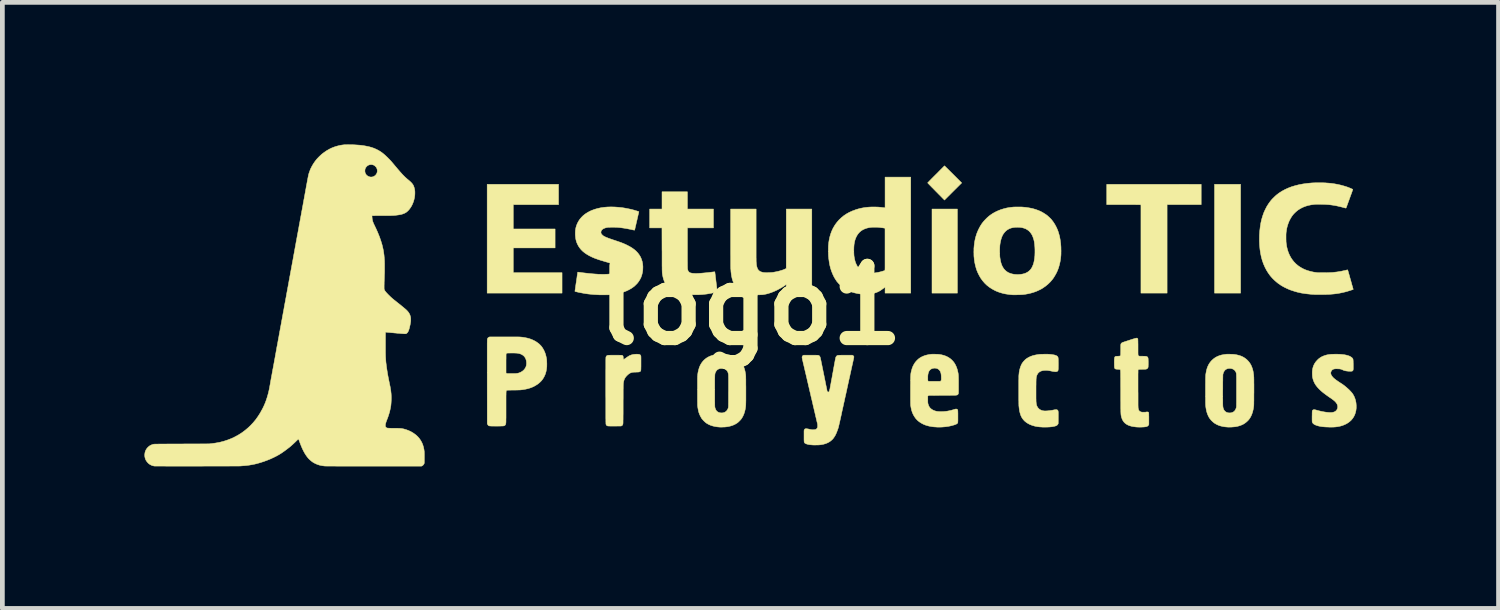
<source format=kicad_pcb>
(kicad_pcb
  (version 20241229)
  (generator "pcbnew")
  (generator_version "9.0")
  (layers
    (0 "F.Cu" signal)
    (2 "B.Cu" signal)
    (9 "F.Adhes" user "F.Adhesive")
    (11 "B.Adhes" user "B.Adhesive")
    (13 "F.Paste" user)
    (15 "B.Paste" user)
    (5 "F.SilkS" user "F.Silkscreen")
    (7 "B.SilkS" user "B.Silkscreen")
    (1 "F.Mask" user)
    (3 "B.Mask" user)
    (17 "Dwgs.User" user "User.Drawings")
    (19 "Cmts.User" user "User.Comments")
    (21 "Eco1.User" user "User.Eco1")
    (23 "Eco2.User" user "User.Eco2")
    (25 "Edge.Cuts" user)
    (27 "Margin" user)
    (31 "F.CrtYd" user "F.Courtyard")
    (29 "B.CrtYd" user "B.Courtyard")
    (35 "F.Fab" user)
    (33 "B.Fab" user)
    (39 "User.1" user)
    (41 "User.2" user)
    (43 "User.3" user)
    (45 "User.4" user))
  (footprint "logo1"
    (layer "F.Cu")
    (at 12.797 3.399)
    (property "Reference" "logo1" (at 0 0 0) (layer "F.SilkS") (effects (font (size 1.524 1.524) (thickness 0.3))))
    (attr through_hole)
    (fp_poly (pts (xy 4.369 -0.26) (xy 3.833 -0.26) (xy 3.833 -2.035) (xy 4.369 -2.035) (xy 4.369 -0.26)) (stroke (width 0.01) (type solid)) (fill yes) (layer "F.SilkS"))
    (fp_poly (pts (xy 10.349 -0.26) (xy 9.799 -0.26) (xy 9.799 -2.557) (xy 10.349 -2.557) (xy 10.349 -0.26)) (stroke (width 0.01) (type solid)) (fill yes) (layer "F.SilkS"))
    (fp_poly (pts (xy -4.053 -2.128) (xy -5.009 -2.128) (xy -5.009 -1.614) (xy -4.126 -1.614) (xy -4.126 -1.214) (xy -5.009 -1.214) (xy -5.009 -0.691) (xy -3.979 -0.691) (xy -3.979 -0.26) (xy -5.56 -0.26) (xy -5.56 -2.557) (xy -4.053 -2.557) (xy -4.053 -2.128)) (stroke (width 0.01) (type solid)) (fill yes) (layer "F.SilkS"))
    (fp_poly (pts (xy 4.279 -2.768) (xy 4.46 -2.587) (xy 4.278 -2.406) (xy 4.096 -2.224) (xy 4.084 -2.238) (xy 4.08 -2.242) (xy 4.072 -2.25) (xy 4.061 -2.261) (xy 4.047 -2.275) (xy 4.031 -2.292) (xy 4.012 -2.311) (xy 3.991 -2.332) (xy 3.968 -2.355) (xy 3.944 -2.38) (xy 3.919 -2.405) (xy 3.906 -2.418) (xy 3.881 -2.444) (xy 3.857 -2.468) (xy 3.834 -2.491) (xy 3.813 -2.513) (xy 3.794 -2.532) (xy 3.778 -2.549) (xy 3.764 -2.563) (xy 3.753 -2.574) (xy 3.746 -2.583) (xy 3.742 -2.587) (xy 3.741 -2.588) (xy 3.743 -2.59) (xy 3.748 -2.596) (xy 3.758 -2.606) (xy 3.77 -2.618) (xy 3.785 -2.634) (xy 3.803 -2.652) (xy 3.822 -2.672) (xy 3.844 -2.694) (xy 3.868 -2.718) (xy 3.893 -2.743) (xy 3.919 -2.769) (xy 4.097 -2.948) (xy 4.279 -2.768)) (stroke (width 0.01) (type solid)) (fill yes) (layer "F.SilkS"))
    (fp_poly (pts (xy 9.517 -2.128) (xy 8.797 -2.128) (xy 8.797 -0.26) (xy 8.245 -0.26) (xy 8.245 -1.19) (xy 8.245 -1.262) (xy 8.245 -1.333) (xy 8.245 -1.402) (xy 8.245 -1.469) (xy 8.245 -1.535) (xy 8.245 -1.597) (xy 8.245 -1.658) (xy 8.245 -1.715) (xy 8.245 -1.77) (xy 8.245 -1.822) (xy 8.245 -1.87) (xy 8.245 -1.915) (xy 8.245 -1.956) (xy 8.245 -1.993) (xy 8.245 -2.026) (xy 8.245 -2.055) (xy 8.245 -2.078) (xy 8.245 -2.098) (xy 8.244 -2.112) (xy 8.244 -2.121) (xy 8.244 -2.124) (xy 8.244 -2.124) (xy 8.243 -2.125) (xy 8.24 -2.125) (xy 8.234 -2.126) (xy 8.225 -2.126) (xy 8.214 -2.127) (xy 8.199 -2.127) (xy 8.181 -2.127) (xy 8.159 -2.127) (xy 8.133 -2.128) (xy 8.103 -2.128) (xy 8.068 -2.128) (xy 8.029 -2.128) (xy 7.985 -2.128) (xy 7.936 -2.128) (xy 7.883 -2.128) (xy 7.523 -2.128) (xy 7.523 -2.342) (xy 7.523 -2.556) (xy 8.52 -2.556) (xy 9.517 -2.557) (xy 9.517 -2.128)) (stroke (width 0.01) (type solid)) (fill yes) (layer "F.SilkS"))
    (fp_poly (pts (xy -1.332 -2.035) (xy -0.782 -2.035) (xy -0.782 -1.637) (xy -1.332 -1.637) (xy -1.332 -1.218) (xy -1.332 -1.153) (xy -1.332 -1.093) (xy -1.332 -1.038) (xy -1.332 -0.988) (xy -1.332 -0.943) (xy -1.331 -0.903) (xy -1.331 -0.869) (xy -1.331 -0.84) (xy -1.33 -0.816) (xy -1.33 -0.797) (xy -1.33 -0.784) (xy -1.329 -0.777) (xy -1.329 -0.777) (xy -1.325 -0.754) (xy -1.32 -0.736) (xy -1.312 -0.721) (xy -1.301 -0.708) (xy -1.3 -0.707) (xy -1.291 -0.699) (xy -1.282 -0.693) (xy -1.272 -0.689) (xy -1.264 -0.686) (xy -1.245 -0.682) (xy -1.223 -0.678) (xy -1.197 -0.676) (xy -1.167 -0.675) (xy -1.134 -0.675) (xy -1.096 -0.676) (xy -1.053 -0.679) (xy -1.006 -0.683) (xy -0.953 -0.688) (xy -0.941 -0.689) (xy -0.882 -0.695) (xy -0.825 -0.702) (xy -0.785 -0.707) (xy -0.773 -0.708) (xy -0.763 -0.709) (xy -0.756 -0.71) (xy -0.754 -0.709) (xy -0.752 -0.706) (xy -0.752 -0.702) (xy -0.751 -0.697) (xy -0.75 -0.688) (xy -0.748 -0.675) (xy -0.746 -0.659) (xy -0.744 -0.641) (xy -0.742 -0.627) (xy -0.74 -0.605) (xy -0.737 -0.582) (xy -0.734 -0.561) (xy -0.732 -0.542) (xy -0.73 -0.526) (xy -0.73 -0.521) (xy -0.727 -0.501) (xy -0.725 -0.485) (xy -0.724 -0.473) (xy -0.723 -0.463) (xy -0.722 -0.455) (xy -0.721 -0.452) (xy -0.72 -0.445) (xy -0.719 -0.438) (xy -0.718 -0.429) (xy -0.717 -0.418) (xy -0.715 -0.405) (xy -0.713 -0.387) (xy -0.711 -0.365) (xy -0.71 -0.36) (xy -0.708 -0.342) (xy -0.706 -0.325) (xy -0.704 -0.311) (xy -0.703 -0.3) (xy -0.702 -0.294) (xy -0.702 -0.293) (xy -0.701 -0.29) (xy -0.702 -0.288) (xy -0.704 -0.286) (xy -0.709 -0.284) (xy -0.718 -0.282) (xy -0.73 -0.278) (xy -0.742 -0.276) (xy -0.835 -0.255) (xy -0.927 -0.24) (xy -1.019 -0.23) (xy -1.109 -0.225) (xy -1.127 -0.225) (xy -1.146 -0.225) (xy -1.169 -0.225) (xy -1.194 -0.225) (xy -1.22 -0.225) (xy -1.247 -0.226) (xy -1.269 -0.226) (xy -1.294 -0.227) (xy -1.315 -0.227) (xy -1.333 -0.228) (xy -1.348 -0.228) (xy -1.361 -0.229) (xy -1.374 -0.23) (xy -1.388 -0.232) (xy -1.403 -0.233) (xy -1.415 -0.235) (xy -1.469 -0.242) (xy -1.518 -0.253) (xy -1.562 -0.266) (xy -1.604 -0.282) (xy -1.642 -0.301) (xy -1.674 -0.32) (xy -1.709 -0.347) (xy -1.741 -0.378) (xy -1.77 -0.414) (xy -1.795 -0.454) (xy -1.816 -0.499) (xy -1.834 -0.547) (xy -1.848 -0.6) (xy -1.852 -0.619) (xy -1.854 -0.628) (xy -1.856 -0.637) (xy -1.857 -0.645) (xy -1.859 -0.652) (xy -1.86 -0.66) (xy -1.861 -0.668) (xy -1.862 -0.677) (xy -1.863 -0.686) (xy -1.864 -0.697) (xy -1.864 -0.71) (xy -1.865 -0.724) (xy -1.865 -0.74) (xy -1.866 -0.759) (xy -1.866 -0.781) (xy -1.866 -0.805) (xy -1.867 -0.832) (xy -1.867 -0.864) (xy -1.867 -0.898) (xy -1.867 -0.937) (xy -1.867 -0.981) (xy -1.867 -1.029) (xy -1.867 -1.081) (xy -1.867 -1.14) (xy -1.868 -1.172) (xy -1.869 -1.637) (xy -2.129 -1.637) (xy -2.129 -2.035) (xy -1.868 -2.035) (xy -1.868 -2.399) (xy -1.332 -2.399) (xy -1.332 -2.035)) (stroke (width 0.01) (type solid)) (fill yes) (layer "F.SilkS"))
    (fp_poly (pts (xy 0.119 -1.489) (xy 0.119 -1.434) (xy 0.119 -1.381) (xy 0.119 -1.329) (xy 0.119 -1.279) (xy 0.119 -1.231) (xy 0.119 -1.186) (xy 0.119 -1.144) (xy 0.119 -1.105) (xy 0.119 -1.069) (xy 0.119 -1.037) (xy 0.119 -1.009) (xy 0.12 -0.985) (xy 0.12 -0.965) (xy 0.12 -0.951) (xy 0.12 -0.941) (xy 0.12 -0.937) (xy 0.12 -0.937) (xy 0.12 -0.931) (xy 0.121 -0.921) (xy 0.122 -0.909) (xy 0.122 -0.9) (xy 0.124 -0.884) (xy 0.125 -0.867) (xy 0.128 -0.85) (xy 0.128 -0.845) (xy 0.136 -0.812) (xy 0.145 -0.783) (xy 0.158 -0.759) (xy 0.174 -0.739) (xy 0.193 -0.724) (xy 0.216 -0.711) (xy 0.244 -0.702) (xy 0.276 -0.695) (xy 0.288 -0.694) (xy 0.302 -0.693) (xy 0.32 -0.692) (xy 0.342 -0.692) (xy 0.366 -0.692) (xy 0.391 -0.693) (xy 0.416 -0.694) (xy 0.439 -0.695) (xy 0.459 -0.697) (xy 0.474 -0.698) (xy 0.513 -0.705) (xy 0.554 -0.713) (xy 0.594 -0.722) (xy 0.633 -0.733) (xy 0.669 -0.744) (xy 0.703 -0.756) (xy 0.732 -0.769) (xy 0.741 -0.773) (xy 0.755 -0.78) (xy 0.756 -1.408) (xy 0.756 -2.035) (xy 1.295 -2.035) (xy 1.295 -0.26) (xy 0.756 -0.26) (xy 0.756 -0.35) (xy 0.756 -0.376) (xy 0.756 -0.396) (xy 0.756 -0.412) (xy 0.756 -0.424) (xy 0.755 -0.432) (xy 0.754 -0.437) (xy 0.752 -0.44) (xy 0.75 -0.44) (xy 0.747 -0.438) (xy 0.744 -0.435) (xy 0.744 -0.435) (xy 0.734 -0.427) (xy 0.72 -0.417) (xy 0.702 -0.405) (xy 0.681 -0.392) (xy 0.659 -0.378) (xy 0.635 -0.365) (xy 0.611 -0.351) (xy 0.587 -0.338) (xy 0.564 -0.326) (xy 0.56 -0.324) (xy 0.512 -0.302) (xy 0.467 -0.283) (xy 0.424 -0.267) (xy 0.38 -0.253) (xy 0.335 -0.241) (xy 0.292 -0.232) (xy 0.28 -0.23) (xy 0.269 -0.228) (xy 0.258 -0.227) (xy 0.246 -0.226) (xy 0.233 -0.225) (xy 0.217 -0.225) (xy 0.198 -0.224) (xy 0.173 -0.224) (xy 0.172 -0.224) (xy 0.151 -0.224) (xy 0.132 -0.223) (xy 0.116 -0.223) (xy 0.103 -0.223) (xy 0.094 -0.224) (xy 0.09 -0.224) (xy 0.09 -0.224) (xy 0.087 -0.225) (xy 0.08 -0.226) (xy 0.069 -0.226) (xy 0.066 -0.227) (xy 0.055 -0.228) (xy 0.045 -0.228) (xy 0.034 -0.23) (xy 0.023 -0.231) (xy 0.008 -0.234) (xy -0.008 -0.236) (xy -0.052 -0.245) (xy -0.095 -0.256) (xy -0.136 -0.271) (xy -0.175 -0.287) (xy -0.209 -0.306) (xy -0.219 -0.312) (xy -0.249 -0.335) (xy -0.279 -0.362) (xy -0.306 -0.393) (xy -0.33 -0.427) (xy -0.345 -0.452) (xy -0.361 -0.486) (xy -0.375 -0.524) (xy -0.388 -0.567) (xy -0.398 -0.614) (xy -0.406 -0.663) (xy -0.412 -0.715) (xy -0.413 -0.738) (xy -0.414 -0.752) (xy -0.416 -0.767) (xy -0.417 -0.78) (xy -0.417 -0.782) (xy -0.417 -0.786) (xy -0.417 -0.796) (xy -0.417 -0.811) (xy -0.418 -0.831) (xy -0.418 -0.856) (xy -0.418 -0.884) (xy -0.418 -0.917) (xy -0.418 -0.954) (xy -0.418 -0.994) (xy -0.418 -1.037) (xy -0.419 -1.084) (xy -0.419 -1.133) (xy -0.419 -1.184) (xy -0.419 -1.238) (xy -0.419 -1.294) (xy -0.419 -1.351) (xy -0.419 -1.41) (xy -0.419 -1.417) (xy -0.419 -2.035) (xy 0.119 -2.035) (xy 0.119 -1.489)) (stroke (width 0.01) (type solid)) (fill yes) (layer "F.SilkS"))
    (fp_poly (pts (xy 3.384 -0.26) (xy 2.842 -0.26) (xy 2.842 -0.387) (xy 2.83 -0.378) (xy 2.823 -0.372) (xy 2.812 -0.364) (xy 2.8 -0.355) (xy 2.79 -0.348) (xy 2.755 -0.323) (xy 2.721 -0.302) (xy 2.687 -0.285) (xy 2.65 -0.27) (xy 2.61 -0.257) (xy 2.592 -0.252) (xy 2.57 -0.247) (xy 2.544 -0.243) (xy 2.514 -0.239) (xy 2.483 -0.237) (xy 2.45 -0.236) (xy 2.418 -0.235) (xy 2.388 -0.236) (xy 2.342 -0.24) (xy 2.295 -0.245) (xy 2.247 -0.254) (xy 2.201 -0.264) (xy 2.158 -0.276) (xy 2.118 -0.289) (xy 2.102 -0.296) (xy 2.093 -0.3) (xy 2.081 -0.305) (xy 2.066 -0.313) (xy 2.05 -0.32) (xy 2.035 -0.328) (xy 2.021 -0.335) (xy 2.011 -0.341) (xy 2.007 -0.343) (xy 1.97 -0.367) (xy 1.934 -0.395) (xy 1.898 -0.427) (xy 1.879 -0.445) (xy 1.861 -0.464) (xy 1.846 -0.481) (xy 1.833 -0.496) (xy 1.82 -0.512) (xy 1.808 -0.531) (xy 1.8 -0.542) (xy 1.767 -0.596) (xy 1.739 -0.654) (xy 1.714 -0.715) (xy 1.692 -0.78) (xy 1.675 -0.848) (xy 1.662 -0.919) (xy 1.654 -0.978) (xy 1.652 -0.991) (xy 1.651 -1.003) (xy 1.65 -1.013) (xy 1.65 -1.016) (xy 1.648 -1.03) (xy 1.647 -1.048) (xy 1.646 -1.07) (xy 1.645 -1.095) (xy 1.645 -1.121) (xy 1.644 -1.149) (xy 1.644 -1.164) (xy 2.182 -1.164) (xy 2.182 -1.133) (xy 2.183 -1.106) (xy 2.184 -1.083) (xy 2.185 -1.062) (xy 2.187 -1.042) (xy 2.19 -1.022) (xy 2.194 -1.001) (xy 2.197 -0.983) (xy 2.209 -0.933) (xy 2.225 -0.888) (xy 2.244 -0.848) (xy 2.266 -0.811) (xy 2.292 -0.779) (xy 2.321 -0.752) (xy 2.353 -0.729) (xy 2.388 -0.711) (xy 2.426 -0.697) (xy 2.443 -0.693) (xy 2.491 -0.685) (xy 2.542 -0.682) (xy 2.595 -0.683) (xy 2.609 -0.684) (xy 2.627 -0.686) (xy 2.648 -0.69) (xy 2.671 -0.694) (xy 2.695 -0.698) (xy 2.718 -0.703) (xy 2.738 -0.707) (xy 2.743 -0.709) (xy 2.757 -0.712) (xy 2.773 -0.717) (xy 2.79 -0.722) (xy 2.805 -0.727) (xy 2.819 -0.731) (xy 2.83 -0.735) (xy 2.837 -0.738) (xy 2.838 -0.739) (xy 2.839 -0.74) (xy 2.839 -0.744) (xy 2.84 -0.75) (xy 2.84 -0.758) (xy 2.84 -0.769) (xy 2.841 -0.783) (xy 2.841 -0.801) (xy 2.841 -0.822) (xy 2.841 -0.847) (xy 2.841 -0.875) (xy 2.841 -0.908) (xy 2.841 -0.945) (xy 2.841 -0.987) (xy 2.841 -1.034) (xy 2.841 -1.085) (xy 2.841 -1.142) (xy 2.841 -1.186) (xy 2.841 -1.63) (xy 2.811 -1.635) (xy 2.786 -1.639) (xy 2.759 -1.642) (xy 2.733 -1.646) (xy 2.709 -1.648) (xy 2.694 -1.65) (xy 2.678 -1.651) (xy 2.659 -1.651) (xy 2.637 -1.651) (xy 2.615 -1.651) (xy 2.593 -1.651) (xy 2.574 -1.651) (xy 2.558 -1.65) (xy 2.557 -1.65) (xy 2.505 -1.643) (xy 2.457 -1.632) (xy 2.414 -1.617) (xy 2.373 -1.598) (xy 2.337 -1.575) (xy 2.304 -1.547) (xy 2.276 -1.516) (xy 2.251 -1.48) (xy 2.23 -1.44) (xy 2.212 -1.396) (xy 2.206 -1.376) (xy 2.199 -1.347) (xy 2.193 -1.318) (xy 2.188 -1.288) (xy 2.185 -1.255) (xy 2.183 -1.22) (xy 2.182 -1.18) (xy 2.182 -1.164) (xy 1.644 -1.164) (xy 1.644 -1.176) (xy 1.644 -1.203) (xy 1.645 -1.227) (xy 1.645 -1.248) (xy 1.646 -1.263) (xy 1.652 -1.325) (xy 1.662 -1.387) (xy 1.675 -1.447) (xy 1.692 -1.505) (xy 1.712 -1.561) (xy 1.735 -1.612) (xy 1.755 -1.65) (xy 1.79 -1.707) (xy 1.83 -1.76) (xy 1.873 -1.809) (xy 1.92 -1.853) (xy 1.97 -1.894) (xy 2.025 -1.931) (xy 2.084 -1.964) (xy 2.147 -1.993) (xy 2.214 -2.018) (xy 2.241 -2.027) (xy 2.286 -2.04) (xy 2.33 -2.051) (xy 2.376 -2.06) (xy 2.425 -2.068) (xy 2.472 -2.073) (xy 2.495 -2.075) (xy 2.522 -2.077) (xy 2.552 -2.078) (xy 2.583 -2.078) (xy 2.615 -2.078) (xy 2.646 -2.078) (xy 2.675 -2.077) (xy 2.702 -2.076) (xy 2.726 -2.074) (xy 2.74 -2.073) (xy 2.747 -2.072) (xy 2.758 -2.071) (xy 2.771 -2.069) (xy 2.786 -2.067) (xy 2.787 -2.067) (xy 2.802 -2.065) (xy 2.815 -2.064) (xy 2.826 -2.062) (xy 2.832 -2.062) (xy 2.833 -2.061) (xy 2.842 -2.06) (xy 2.842 -2.709) (xy 3.384 -2.709) (xy 3.384 -0.26)) (stroke (width 0.01) (type solid)) (fill yes) (layer "F.SilkS"))
    (fp_poly (pts (xy -2.377 1.031) (xy -2.357 1.033) (xy -2.342 1.037) (xy -2.331 1.042) (xy -2.322 1.051) (xy -2.317 1.061) (xy -2.314 1.071) (xy -2.313 1.078) (xy -2.313 1.09) (xy -2.312 1.107) (xy -2.312 1.13) (xy -2.312 1.158) (xy -2.312 1.191) (xy -2.312 1.229) (xy -2.312 1.263) (xy -2.312 1.292) (xy -2.313 1.315) (xy -2.313 1.335) (xy -2.314 1.351) (xy -2.314 1.363) (xy -2.316 1.373) (xy -2.317 1.38) (xy -2.32 1.385) (xy -2.322 1.389) (xy -2.326 1.392) (xy -2.33 1.395) (xy -2.335 1.397) (xy -2.338 1.399) (xy -2.342 1.401) (xy -2.347 1.403) (xy -2.352 1.405) (xy -2.359 1.406) (xy -2.367 1.406) (xy -2.379 1.407) (xy -2.394 1.408) (xy -2.414 1.408) (xy -2.42 1.409) (xy -2.443 1.409) (xy -2.461 1.41) (xy -2.476 1.411) (xy -2.487 1.412) (xy -2.497 1.414) (xy -2.505 1.416) (xy -2.508 1.416) (xy -2.533 1.425) (xy -2.556 1.437) (xy -2.578 1.453) (xy -2.601 1.474) (xy -2.612 1.485) (xy -2.631 1.506) (xy -2.646 1.527) (xy -2.658 1.548) (xy -2.667 1.57) (xy -2.675 1.595) (xy -2.681 1.624) (xy -2.683 1.639) (xy -2.684 1.644) (xy -2.684 1.649) (xy -2.685 1.655) (xy -2.685 1.663) (xy -2.686 1.672) (xy -2.686 1.684) (xy -2.687 1.697) (xy -2.687 1.713) (xy -2.687 1.731) (xy -2.687 1.753) (xy -2.688 1.777) (xy -2.688 1.806) (xy -2.688 1.838) (xy -2.688 1.874) (xy -2.688 1.915) (xy -2.688 1.961) (xy -2.689 2.012) (xy -2.689 2.068) (xy -2.689 2.073) (xy -2.689 2.133) (xy -2.689 2.189) (xy -2.689 2.241) (xy -2.689 2.288) (xy -2.69 2.331) (xy -2.69 2.369) (xy -2.69 2.403) (xy -2.691 2.432) (xy -2.691 2.455) (xy -2.691 2.474) (xy -2.692 2.487) (xy -2.692 2.494) (xy -2.692 2.496) (xy -2.695 2.511) (xy -2.7 2.522) (xy -2.705 2.531) (xy -2.714 2.537) (xy -2.717 2.539) (xy -2.731 2.547) (xy -2.869 2.548) (xy -2.901 2.548) (xy -2.928 2.548) (xy -2.95 2.548) (xy -2.969 2.548) (xy -2.983 2.547) (xy -2.995 2.547) (xy -3.003 2.547) (xy -3.01 2.546) (xy -3.015 2.545) (xy -3.019 2.544) (xy -3.02 2.544) (xy -3.032 2.538) (xy -3.041 2.531) (xy -3.047 2.52) (xy -3.05 2.514) (xy -3.05 2.512) (xy -3.051 2.51) (xy -3.051 2.508) (xy -3.052 2.504) (xy -3.052 2.5) (xy -3.053 2.495) (xy -3.053 2.489) (xy -3.053 2.48) (xy -3.053 2.471) (xy -3.054 2.459) (xy -3.054 2.445) (xy -3.054 2.428) (xy -3.054 2.409) (xy -3.055 2.387) (xy -3.055 2.362) (xy -3.055 2.334) (xy -3.055 2.302) (xy -3.055 2.267) (xy -3.055 2.228) (xy -3.055 2.185) (xy -3.055 2.137) (xy -3.055 2.085) (xy -3.055 2.028) (xy -3.055 1.966) (xy -3.056 1.899) (xy -3.056 1.827) (xy -3.056 1.806) (xy -3.056 1.721) (xy -3.056 1.641) (xy -3.056 1.567) (xy -3.056 1.499) (xy -3.056 1.436) (xy -3.056 1.378) (xy -3.055 1.326) (xy -3.055 1.28) (xy -3.055 1.238) (xy -3.055 1.202) (xy -3.055 1.172) (xy -3.055 1.147) (xy -3.054 1.127) (xy -3.054 1.112) (xy -3.054 1.102) (xy -3.053 1.098) (xy -3.049 1.083) (xy -3.043 1.071) (xy -3.034 1.063) (xy -3.023 1.058) (xy -3.02 1.056) (xy -3.016 1.055) (xy -3.012 1.054) (xy -3.007 1.053) (xy -3.001 1.053) (xy -2.993 1.052) (xy -2.983 1.052) (xy -2.969 1.052) (xy -2.952 1.051) (xy -2.932 1.051) (xy -2.907 1.051) (xy -2.877 1.051) (xy -2.86 1.051) (xy -2.828 1.051) (xy -2.8 1.051) (xy -2.778 1.051) (xy -2.759 1.052) (xy -2.744 1.052) (xy -2.733 1.052) (xy -2.724 1.052) (xy -2.717 1.053) (xy -2.713 1.054) (xy -2.709 1.055) (xy -2.706 1.056) (xy -2.704 1.057) (xy -2.704 1.057) (xy -2.696 1.063) (xy -2.691 1.071) (xy -2.688 1.083) (xy -2.687 1.099) (xy -2.687 1.104) (xy -2.687 1.116) (xy -2.685 1.124) (xy -2.683 1.129) (xy -2.68 1.133) (xy -2.674 1.141) (xy -2.647 1.122) (xy -2.625 1.107) (xy -2.606 1.094) (xy -2.592 1.084) (xy -2.579 1.076) (xy -2.57 1.07) (xy -2.561 1.065) (xy -2.554 1.061) (xy -2.547 1.058) (xy -2.545 1.057) (xy -2.51 1.044) (xy -2.471 1.035) (xy -2.428 1.031) (xy -2.402 1.03) (xy -2.377 1.031)) (stroke (width 0.01) (type solid)) (fill yes) (layer "F.SilkS"))
    (fp_poly (pts (xy 6.275 1.03) (xy 6.294 1.031) (xy 6.309 1.031) (xy 6.312 1.032) (xy 6.352 1.036) (xy 6.386 1.041) (xy 6.415 1.046) (xy 6.439 1.053) (xy 6.459 1.061) (xy 6.474 1.07) (xy 6.481 1.077) (xy 6.485 1.081) (xy 6.489 1.086) (xy 6.491 1.091) (xy 6.494 1.097) (xy 6.496 1.105) (xy 6.497 1.114) (xy 6.498 1.126) (xy 6.499 1.142) (xy 6.499 1.161) (xy 6.499 1.184) (xy 6.5 1.212) (xy 6.5 1.237) (xy 6.5 1.269) (xy 6.499 1.295) (xy 6.499 1.316) (xy 6.499 1.333) (xy 6.498 1.347) (xy 6.497 1.358) (xy 6.496 1.366) (xy 6.495 1.372) (xy 6.493 1.377) (xy 6.491 1.381) (xy 6.488 1.385) (xy 6.486 1.386) (xy 6.478 1.392) (xy 6.466 1.397) (xy 6.451 1.399) (xy 6.433 1.399) (xy 6.409 1.397) (xy 6.382 1.393) (xy 6.35 1.386) (xy 6.34 1.384) (xy 6.316 1.379) (xy 6.296 1.376) (xy 6.279 1.373) (xy 6.262 1.372) (xy 6.245 1.371) (xy 6.231 1.371) (xy 6.194 1.373) (xy 6.16 1.379) (xy 6.13 1.389) (xy 6.104 1.403) (xy 6.082 1.421) (xy 6.064 1.443) (xy 6.05 1.47) (xy 6.044 1.485) (xy 6.042 1.493) (xy 6.04 1.5) (xy 6.038 1.507) (xy 6.036 1.514) (xy 6.035 1.522) (xy 6.034 1.532) (xy 6.033 1.543) (xy 6.032 1.557) (xy 6.031 1.572) (xy 6.031 1.591) (xy 6.03 1.613) (xy 6.03 1.639) (xy 6.03 1.669) (xy 6.029 1.704) (xy 6.029 1.744) (xy 6.029 1.769) (xy 6.029 1.818) (xy 6.029 1.862) (xy 6.029 1.901) (xy 6.029 1.936) (xy 6.029 1.966) (xy 6.03 1.993) (xy 6.03 2.016) (xy 6.031 2.036) (xy 6.033 2.053) (xy 6.034 2.068) (xy 6.036 2.082) (xy 6.039 2.093) (xy 6.041 2.103) (xy 6.044 2.113) (xy 6.048 2.122) (xy 6.052 2.131) (xy 6.054 2.136) (xy 6.069 2.16) (xy 6.089 2.182) (xy 6.112 2.2) (xy 6.139 2.213) (xy 6.161 2.221) (xy 6.187 2.226) (xy 6.215 2.229) (xy 6.247 2.228) (xy 6.277 2.226) (xy 6.293 2.224) (xy 6.308 2.222) (xy 6.321 2.221) (xy 6.33 2.22) (xy 6.332 2.219) (xy 6.356 2.216) (xy 6.38 2.212) (xy 6.399 2.208) (xy 6.426 2.203) (xy 6.448 2.201) (xy 6.466 2.202) (xy 6.479 2.207) (xy 6.486 2.212) (xy 6.489 2.216) (xy 6.492 2.22) (xy 6.494 2.225) (xy 6.496 2.231) (xy 6.497 2.238) (xy 6.498 2.248) (xy 6.499 2.26) (xy 6.499 2.276) (xy 6.499 2.296) (xy 6.499 2.32) (xy 6.499 2.348) (xy 6.499 2.37) (xy 6.498 2.496) (xy 6.49 2.51) (xy 6.483 2.519) (xy 6.475 2.528) (xy 6.471 2.532) (xy 6.458 2.539) (xy 6.44 2.546) (xy 6.418 2.552) (xy 6.393 2.557) (xy 6.366 2.562) (xy 6.347 2.564) (xy 6.336 2.565) (xy 6.325 2.566) (xy 6.319 2.567) (xy 6.313 2.567) (xy 6.304 2.568) (xy 6.291 2.568) (xy 6.275 2.569) (xy 6.258 2.569) (xy 6.24 2.57) (xy 6.222 2.57) (xy 6.206 2.57) (xy 6.191 2.57) (xy 6.18 2.57) (xy 6.172 2.57) (xy 6.169 2.57) (xy 6.166 2.569) (xy 6.158 2.569) (xy 6.147 2.568) (xy 6.134 2.567) (xy 6.134 2.567) (xy 6.111 2.566) (xy 6.086 2.563) (xy 6.059 2.56) (xy 6.034 2.555) (xy 6.011 2.551) (xy 5.999 2.548) (xy 5.948 2.533) (xy 5.901 2.515) (xy 5.859 2.493) (xy 5.821 2.468) (xy 5.787 2.44) (xy 5.758 2.408) (xy 5.737 2.379) (xy 5.719 2.348) (xy 5.704 2.312) (xy 5.692 2.272) (xy 5.681 2.228) (xy 5.674 2.179) (xy 5.668 2.125) (xy 5.667 2.117) (xy 5.667 2.109) (xy 5.667 2.096) (xy 5.666 2.078) (xy 5.666 2.056) (xy 5.666 2.031) (xy 5.665 2.002) (xy 5.665 1.97) (xy 5.665 1.937) (xy 5.665 1.901) (xy 5.665 1.864) (xy 5.665 1.826) (xy 5.665 1.788) (xy 5.665 1.75) (xy 5.665 1.713) (xy 5.665 1.677) (xy 5.665 1.642) (xy 5.665 1.609) (xy 5.665 1.579) (xy 5.666 1.551) (xy 5.666 1.527) (xy 5.666 1.507) (xy 5.666 1.491) (xy 5.667 1.48) (xy 5.667 1.476) (xy 5.669 1.456) (xy 5.671 1.438) (xy 5.672 1.424) (xy 5.673 1.415) (xy 5.674 1.411) (xy 5.675 1.406) (xy 5.676 1.398) (xy 5.677 1.394) (xy 5.682 1.366) (xy 5.69 1.336) (xy 5.7 1.304) (xy 5.711 1.274) (xy 5.723 1.248) (xy 5.727 1.239) (xy 5.743 1.213) (xy 5.763 1.187) (xy 5.785 1.163) (xy 5.808 1.14) (xy 5.832 1.122) (xy 5.835 1.12) (xy 5.873 1.097) (xy 5.913 1.078) (xy 5.957 1.062) (xy 6.003 1.05) (xy 6.055 1.04) (xy 6.099 1.034) (xy 6.113 1.033) (xy 6.131 1.032) (xy 6.153 1.031) (xy 6.177 1.031) (xy 6.203 1.03) (xy 6.228 1.03) (xy 6.253 1.03) (xy 6.275 1.03)) (stroke (width 0.01) (type solid)) (fill yes) (layer "F.SilkS"))
    (fp_poly (pts (xy -5.091 0.665) (xy -5.051 0.665) (xy -5.016 0.665) (xy -4.984 0.665) (xy -4.957 0.665) (xy -4.933 0.665) (xy -4.912 0.665) (xy -4.893 0.666) (xy -4.877 0.666) (xy -4.863 0.667) (xy -4.851 0.668) (xy -4.839 0.669) (xy -4.829 0.67) (xy -4.819 0.671) (xy -4.808 0.672) (xy -4.798 0.674) (xy -4.787 0.676) (xy -4.775 0.678) (xy -4.767 0.679) (xy -4.709 0.691) (xy -4.654 0.707) (xy -4.603 0.727) (xy -4.554 0.751) (xy -4.51 0.778) (xy -4.47 0.808) (xy -4.451 0.825) (xy -4.418 0.86) (xy -4.389 0.9) (xy -4.364 0.943) (xy -4.343 0.989) (xy -4.326 1.038) (xy -4.313 1.091) (xy -4.313 1.092) (xy -4.31 1.109) (xy -4.307 1.123) (xy -4.305 1.133) (xy -4.304 1.142) (xy -4.303 1.151) (xy -4.303 1.161) (xy -4.302 1.174) (xy -4.3 1.235) (xy -4.301 1.292) (xy -4.307 1.345) (xy -4.316 1.395) (xy -4.329 1.441) (xy -4.34 1.469) (xy -4.361 1.513) (xy -4.385 1.553) (xy -4.414 1.591) (xy -4.448 1.625) (xy -4.486 1.657) (xy -4.513 1.675) (xy -4.556 1.701) (xy -4.603 1.724) (xy -4.652 1.743) (xy -4.705 1.759) (xy -4.762 1.771) (xy -4.823 1.781) (xy -4.863 1.785) (xy -4.87 1.786) (xy -4.882 1.786) (xy -4.899 1.786) (xy -4.919 1.787) (xy -4.942 1.787) (xy -4.967 1.788) (xy -4.993 1.788) (xy -5.01 1.788) (xy -5.041 1.788) (xy -5.066 1.789) (xy -5.087 1.789) (xy -5.104 1.789) (xy -5.117 1.79) (xy -5.127 1.79) (xy -5.134 1.791) (xy -5.139 1.792) (xy -5.143 1.793) (xy -5.145 1.793) (xy -5.147 1.795) (xy -5.15 1.796) (xy -5.152 1.797) (xy -5.153 1.799) (xy -5.155 1.801) (xy -5.156 1.805) (xy -5.158 1.809) (xy -5.159 1.816) (xy -5.159 1.825) (xy -5.16 1.835) (xy -5.161 1.849) (xy -5.161 1.865) (xy -5.161 1.884) (xy -5.162 1.907) (xy -5.162 1.934) (xy -5.162 1.965) (xy -5.162 2) (xy -5.162 2.04) (xy -5.162 2.085) (xy -5.162 2.135) (xy -5.162 2.141) (xy -5.162 2.198) (xy -5.162 2.25) (xy -5.162 2.297) (xy -5.162 2.338) (xy -5.162 2.374) (xy -5.163 2.405) (xy -5.163 2.431) (xy -5.163 2.452) (xy -5.164 2.468) (xy -5.164 2.479) (xy -5.165 2.486) (xy -5.165 2.487) (xy -5.169 2.506) (xy -5.175 2.521) (xy -5.184 2.531) (xy -5.195 2.539) (xy -5.211 2.544) (xy -5.211 2.544) (xy -5.218 2.545) (xy -5.23 2.546) (xy -5.246 2.547) (xy -5.266 2.547) (xy -5.288 2.548) (xy -5.312 2.548) (xy -5.338 2.549) (xy -5.365 2.549) (xy -5.391 2.549) (xy -5.417 2.548) (xy -5.441 2.548) (xy -5.463 2.548) (xy -5.482 2.547) (xy -5.498 2.546) (xy -5.509 2.545) (xy -5.515 2.544) (xy -5.528 2.54) (xy -5.537 2.532) (xy -5.546 2.521) (xy -5.551 2.512) (xy -5.558 2.496) (xy -5.559 1.612) (xy -5.559 1.527) (xy -5.559 1.448) (xy -5.559 1.374) (xy -5.559 1.306) (xy -5.559 1.242) (xy -5.559 1.227) (xy -5.162 1.227) (xy -5.162 1.424) (xy -5.155 1.43) (xy -5.15 1.435) (xy -5.145 1.437) (xy -5.14 1.438) (xy -5.131 1.438) (xy -5.118 1.439) (xy -5.101 1.439) (xy -5.082 1.439) (xy -5.062 1.439) (xy -5.041 1.439) (xy -5.019 1.439) (xy -4.999 1.439) (xy -4.98 1.438) (xy -4.963 1.438) (xy -4.95 1.437) (xy -4.941 1.437) (xy -4.939 1.436) (xy -4.916 1.433) (xy -4.896 1.428) (xy -4.876 1.421) (xy -4.855 1.412) (xy -4.853 1.411) (xy -4.823 1.394) (xy -4.796 1.373) (xy -4.774 1.35) (xy -4.756 1.324) (xy -4.742 1.297) (xy -4.734 1.27) (xy -4.729 1.232) (xy -4.73 1.195) (xy -4.736 1.158) (xy -4.74 1.144) (xy -4.752 1.114) (xy -4.768 1.088) (xy -4.789 1.065) (xy -4.814 1.046) (xy -4.844 1.03) (xy -4.851 1.027) (xy -4.868 1.021) (xy -4.885 1.016) (xy -4.904 1.012) (xy -4.925 1.009) (xy -4.949 1.007) (xy -4.977 1.006) (xy -5.008 1.005) (xy -5.045 1.005) (xy -5.058 1.005) (xy -5.082 1.006) (xy -5.101 1.006) (xy -5.116 1.006) (xy -5.127 1.007) (xy -5.135 1.007) (xy -5.141 1.008) (xy -5.145 1.009) (xy -5.148 1.011) (xy -5.149 1.011) (xy -5.155 1.017) (xy -5.159 1.023) (xy -5.16 1.028) (xy -5.16 1.037) (xy -5.161 1.052) (xy -5.161 1.071) (xy -5.161 1.094) (xy -5.161 1.122) (xy -5.162 1.153) (xy -5.162 1.188) (xy -5.162 1.225) (xy -5.162 1.227) (xy -5.559 1.227) (xy -5.559 1.183) (xy -5.559 1.129) (xy -5.559 1.078) (xy -5.559 1.033) (xy -5.559 0.991) (xy -5.559 0.952) (xy -5.559 0.918) (xy -5.559 0.887) (xy -5.559 0.859) (xy -5.559 0.834) (xy -5.559 0.813) (xy -5.559 0.793) (xy -5.558 0.777) (xy -5.558 0.762) (xy -5.558 0.75) (xy -5.558 0.74) (xy -5.557 0.732) (xy -5.557 0.725) (xy -5.557 0.72) (xy -5.556 0.716) (xy -5.556 0.713) (xy -5.556 0.71) (xy -5.555 0.71) (xy -5.55 0.695) (xy -5.542 0.684) (xy -5.53 0.675) (xy -5.522 0.671) (xy -5.508 0.665) (xy -5.186 0.665) (xy -5.136 0.665) (xy -5.091 0.665)) (stroke (width 0.01) (type solid)) (fill yes) (layer "F.SilkS"))
    (fp_poly (pts (xy 10.1 1.03) (xy 10.119 1.03) (xy 10.14 1.031) (xy 10.159 1.031) (xy 10.178 1.032) (xy 10.194 1.033) (xy 10.207 1.034) (xy 10.212 1.034) (xy 10.266 1.043) (xy 10.315 1.055) (xy 10.36 1.07) (xy 10.401 1.089) (xy 10.44 1.113) (xy 10.475 1.14) (xy 10.496 1.16) (xy 10.523 1.19) (xy 10.546 1.221) (xy 10.566 1.254) (xy 10.581 1.287) (xy 10.594 1.32) (xy 10.604 1.353) (xy 10.613 1.388) (xy 10.619 1.425) (xy 10.625 1.465) (xy 10.628 1.509) (xy 10.629 1.514) (xy 10.629 1.524) (xy 10.629 1.538) (xy 10.63 1.557) (xy 10.63 1.579) (xy 10.63 1.605) (xy 10.63 1.634) (xy 10.631 1.665) (xy 10.631 1.699) (xy 10.631 1.734) (xy 10.631 1.77) (xy 10.631 1.806) (xy 10.631 1.843) (xy 10.63 1.879) (xy 10.63 1.914) (xy 10.63 1.948) (xy 10.63 1.981) (xy 10.63 2.011) (xy 10.629 2.038) (xy 10.629 2.062) (xy 10.629 2.083) (xy 10.628 2.099) (xy 10.628 2.111) (xy 10.627 2.117) (xy 10.627 2.118) (xy 10.626 2.126) (xy 10.625 2.138) (xy 10.623 2.151) (xy 10.623 2.153) (xy 10.614 2.204) (xy 10.602 2.252) (xy 10.587 2.297) (xy 10.569 2.338) (xy 10.548 2.376) (xy 10.524 2.41) (xy 10.508 2.428) (xy 10.478 2.457) (xy 10.448 2.481) (xy 10.417 2.502) (xy 10.388 2.517) (xy 10.365 2.527) (xy 10.342 2.536) (xy 10.317 2.544) (xy 10.289 2.552) (xy 10.26 2.558) (xy 10.245 2.561) (xy 10.227 2.563) (xy 10.204 2.565) (xy 10.18 2.567) (xy 10.155 2.569) (xy 10.131 2.569) (xy 10.108 2.57) (xy 10.088 2.57) (xy 10.075 2.569) (xy 10.018 2.564) (xy 9.966 2.555) (xy 9.917 2.543) (xy 9.873 2.527) (xy 9.832 2.507) (xy 9.794 2.484) (xy 9.76 2.456) (xy 9.728 2.425) (xy 9.699 2.389) (xy 9.684 2.366) (xy 9.681 2.362) (xy 9.677 2.353) (xy 9.671 2.342) (xy 9.666 2.333) (xy 9.649 2.292) (xy 9.634 2.247) (xy 9.623 2.198) (xy 9.615 2.148) (xy 9.61 2.1) (xy 9.61 2.092) (xy 9.61 2.079) (xy 9.609 2.062) (xy 9.609 2.04) (xy 9.609 2.015) (xy 9.609 1.986) (xy 9.609 1.954) (xy 9.608 1.919) (xy 9.608 1.883) (xy 9.608 1.88) (xy 9.972 1.88) (xy 9.972 1.916) (xy 9.972 1.95) (xy 9.973 1.983) (xy 9.973 2.013) (xy 9.973 2.041) (xy 9.973 2.065) (xy 9.973 2.085) (xy 9.974 2.101) (xy 9.974 2.113) (xy 9.974 2.115) (xy 9.977 2.146) (xy 9.983 2.172) (xy 9.991 2.194) (xy 10.001 2.213) (xy 10.014 2.229) (xy 10.033 2.246) (xy 10.054 2.258) (xy 10.079 2.266) (xy 10.096 2.269) (xy 10.127 2.27) (xy 10.157 2.266) (xy 10.166 2.263) (xy 10.19 2.253) (xy 10.212 2.239) (xy 10.229 2.22) (xy 10.244 2.196) (xy 10.255 2.168) (xy 10.258 2.159) (xy 10.259 2.156) (xy 10.259 2.153) (xy 10.26 2.148) (xy 10.261 2.143) (xy 10.261 2.137) (xy 10.261 2.128) (xy 10.262 2.118) (xy 10.262 2.106) (xy 10.262 2.091) (xy 10.262 2.073) (xy 10.263 2.052) (xy 10.263 2.027) (xy 10.263 1.998) (xy 10.263 1.966) (xy 10.263 1.928) (xy 10.263 1.887) (xy 10.263 1.84) (xy 10.263 1.796) (xy 10.263 1.744) (xy 10.263 1.697) (xy 10.263 1.655) (xy 10.263 1.618) (xy 10.263 1.585) (xy 10.263 1.556) (xy 10.263 1.531) (xy 10.262 1.509) (xy 10.262 1.49) (xy 10.261 1.475) (xy 10.261 1.461) (xy 10.26 1.45) (xy 10.259 1.441) (xy 10.258 1.433) (xy 10.257 1.427) (xy 10.255 1.421) (xy 10.253 1.417) (xy 10.251 1.412) (xy 10.249 1.407) (xy 10.247 1.402) (xy 10.245 1.398) (xy 10.232 1.379) (xy 10.215 1.362) (xy 10.195 1.348) (xy 10.172 1.338) (xy 10.147 1.332) (xy 10.12 1.33) (xy 10.092 1.332) (xy 10.083 1.333) (xy 10.058 1.341) (xy 10.035 1.354) (xy 10.016 1.371) (xy 10 1.393) (xy 9.987 1.419) (xy 9.978 1.449) (xy 9.976 1.459) (xy 9.976 1.464) (xy 9.975 1.475) (xy 9.975 1.49) (xy 9.975 1.509) (xy 9.974 1.533) (xy 9.974 1.56) (xy 9.974 1.589) (xy 9.973 1.621) (xy 9.973 1.656) (xy 9.973 1.692) (xy 9.973 1.729) (xy 9.973 1.766) (xy 9.972 1.805) (xy 9.972 1.842) (xy 9.972 1.88) (xy 9.608 1.88) (xy 9.608 1.845) (xy 9.608 1.806) (xy 9.608 1.799) (xy 9.608 1.75) (xy 9.608 1.706) (xy 9.608 1.667) (xy 9.609 1.633) (xy 9.609 1.603) (xy 9.609 1.576) (xy 9.609 1.553) (xy 9.61 1.533) (xy 9.61 1.515) (xy 9.611 1.5) (xy 9.611 1.487) (xy 9.612 1.475) (xy 9.613 1.465) (xy 9.614 1.455) (xy 9.615 1.446) (xy 9.617 1.437) (xy 9.626 1.386) (xy 9.638 1.339) (xy 9.653 1.296) (xy 9.671 1.257) (xy 9.692 1.221) (xy 9.717 1.188) (xy 9.744 1.158) (xy 9.778 1.128) (xy 9.815 1.101) (xy 9.856 1.079) (xy 9.9 1.061) (xy 9.947 1.047) (xy 9.999 1.038) (xy 10.025 1.034) (xy 10.035 1.033) (xy 10.044 1.032) (xy 10.049 1.031) (xy 10.055 1.03) (xy 10.067 1.03) (xy 10.082 1.03) (xy 10.1 1.03)) (stroke (width 0.01) (type solid)) (fill yes) (layer "F.SilkS"))
    (fp_poly (pts (xy 12.373 1.03) (xy 12.394 1.03) (xy 12.411 1.031) (xy 12.427 1.031) (xy 12.442 1.032) (xy 12.458 1.033) (xy 12.475 1.034) (xy 12.493 1.036) (xy 12.538 1.041) (xy 12.579 1.049) (xy 12.615 1.059) (xy 12.647 1.07) (xy 12.673 1.084) (xy 12.695 1.099) (xy 12.699 1.103) (xy 12.706 1.109) (xy 12.711 1.115) (xy 12.716 1.121) (xy 12.719 1.127) (xy 12.722 1.134) (xy 12.724 1.143) (xy 12.725 1.154) (xy 12.726 1.168) (xy 12.727 1.186) (xy 12.727 1.208) (xy 12.728 1.234) (xy 12.728 1.252) (xy 12.728 1.281) (xy 12.728 1.305) (xy 12.728 1.324) (xy 12.728 1.34) (xy 12.727 1.351) (xy 12.726 1.361) (xy 12.724 1.367) (xy 12.722 1.372) (xy 12.72 1.376) (xy 12.716 1.379) (xy 12.712 1.382) (xy 12.711 1.383) (xy 12.707 1.386) (xy 12.703 1.388) (xy 12.697 1.389) (xy 12.69 1.389) (xy 12.679 1.39) (xy 12.664 1.39) (xy 12.659 1.39) (xy 12.621 1.389) (xy 12.587 1.385) (xy 12.557 1.38) (xy 12.53 1.372) (xy 12.506 1.362) (xy 12.503 1.36) (xy 12.488 1.353) (xy 12.474 1.348) (xy 12.458 1.344) (xy 12.441 1.341) (xy 12.42 1.34) (xy 12.399 1.339) (xy 12.371 1.338) (xy 12.347 1.339) (xy 12.327 1.342) (xy 12.311 1.346) (xy 12.297 1.352) (xy 12.285 1.361) (xy 12.279 1.366) (xy 12.266 1.384) (xy 12.257 1.403) (xy 12.253 1.424) (xy 12.255 1.445) (xy 12.26 1.463) (xy 12.269 1.478) (xy 12.278 1.493) (xy 12.29 1.508) (xy 12.304 1.524) (xy 12.321 1.54) (xy 12.341 1.556) (xy 12.365 1.575) (xy 12.394 1.595) (xy 12.426 1.617) (xy 12.433 1.622) (xy 12.448 1.632) (xy 12.462 1.64) (xy 12.473 1.648) (xy 12.482 1.653) (xy 12.486 1.656) (xy 12.487 1.656) (xy 12.491 1.659) (xy 12.499 1.664) (xy 12.509 1.672) (xy 12.522 1.681) (xy 12.534 1.69) (xy 12.547 1.7) (xy 12.557 1.708) (xy 12.599 1.744) (xy 12.636 1.777) (xy 12.668 1.81) (xy 12.695 1.84) (xy 12.717 1.869) (xy 12.726 1.884) (xy 12.748 1.925) (xy 12.765 1.968) (xy 12.778 2.012) (xy 12.787 2.059) (xy 12.791 2.108) (xy 12.791 2.12) (xy 12.791 2.171) (xy 12.785 2.22) (xy 12.774 2.266) (xy 12.759 2.31) (xy 12.739 2.35) (xy 12.714 2.388) (xy 12.685 2.423) (xy 12.651 2.454) (xy 12.62 2.477) (xy 12.581 2.501) (xy 12.54 2.52) (xy 12.497 2.537) (xy 12.451 2.55) (xy 12.401 2.56) (xy 12.363 2.565) (xy 12.354 2.566) (xy 12.341 2.567) (xy 12.326 2.568) (xy 12.309 2.569) (xy 12.292 2.569) (xy 12.274 2.57) (xy 12.258 2.57) (xy 12.243 2.57) (xy 12.231 2.57) (xy 12.223 2.57) (xy 12.22 2.57) (xy 12.22 2.57) (xy 12.217 2.569) (xy 12.209 2.569) (xy 12.198 2.568) (xy 12.185 2.568) (xy 12.183 2.568) (xy 12.154 2.567) (xy 12.122 2.565) (xy 12.088 2.562) (xy 12.057 2.558) (xy 12.044 2.556) (xy 12.002 2.548) (xy 11.966 2.538) (xy 11.935 2.527) (xy 11.909 2.515) (xy 11.889 2.501) (xy 11.873 2.485) (xy 11.864 2.468) (xy 11.862 2.462) (xy 11.861 2.457) (xy 11.86 2.448) (xy 11.86 2.435) (xy 11.859 2.418) (xy 11.859 2.396) (xy 11.859 2.369) (xy 11.859 2.341) (xy 11.86 2.313) (xy 11.86 2.29) (xy 11.86 2.272) (xy 11.861 2.257) (xy 11.861 2.246) (xy 11.862 2.238) (xy 11.862 2.232) (xy 11.863 2.228) (xy 11.864 2.225) (xy 11.866 2.222) (xy 11.866 2.221) (xy 11.873 2.211) (xy 11.882 2.205) (xy 11.893 2.202) (xy 11.907 2.201) (xy 11.924 2.204) (xy 11.939 2.208) (xy 11.955 2.212) (xy 11.972 2.217) (xy 11.988 2.221) (xy 11.992 2.222) (xy 12.031 2.232) (xy 12.071 2.241) (xy 12.11 2.248) (xy 12.148 2.254) (xy 12.183 2.258) (xy 12.217 2.261) (xy 12.246 2.262) (xy 12.272 2.261) (xy 12.294 2.258) (xy 12.3 2.257) (xy 12.323 2.25) (xy 12.343 2.241) (xy 12.359 2.229) (xy 12.366 2.223) (xy 12.382 2.203) (xy 12.393 2.181) (xy 12.399 2.157) (xy 12.4 2.133) (xy 12.395 2.108) (xy 12.387 2.086) (xy 12.377 2.069) (xy 12.365 2.052) (xy 12.351 2.036) (xy 12.333 2.018) (xy 12.311 2) (xy 12.286 1.981) (xy 12.256 1.959) (xy 12.244 1.952) (xy 12.201 1.922) (xy 12.162 1.894) (xy 12.127 1.868) (xy 12.095 1.844) (xy 12.066 1.82) (xy 12.039 1.796) (xy 12.014 1.772) (xy 12.002 1.76) (xy 11.968 1.723) (xy 11.94 1.687) (xy 11.916 1.649) (xy 11.897 1.61) (xy 11.881 1.568) (xy 11.87 1.524) (xy 11.867 1.508) (xy 11.865 1.488) (xy 11.864 1.464) (xy 11.863 1.439) (xy 11.863 1.414) (xy 11.864 1.39) (xy 11.866 1.369) (xy 11.868 1.351) (xy 11.868 1.35) (xy 11.879 1.305) (xy 11.894 1.263) (xy 11.914 1.225) (xy 11.939 1.189) (xy 11.969 1.155) (xy 11.972 1.152) (xy 12.002 1.124) (xy 12.034 1.101) (xy 12.069 1.081) (xy 12.107 1.065) (xy 12.121 1.06) (xy 12.149 1.051) (xy 12.177 1.044) (xy 12.205 1.039) (xy 12.235 1.035) (xy 12.267 1.032) (xy 12.304 1.031) (xy 12.344 1.03) (xy 12.347 1.03) (xy 12.373 1.03)) (stroke (width 0.01) (type solid)) (fill yes) (layer "F.SilkS"))
    (fp_poly (pts (xy 5.69 -2.078) (xy 5.71 -2.078) (xy 5.727 -2.078) (xy 5.74 -2.077) (xy 5.743 -2.077) (xy 5.818 -2.07) (xy 5.888 -2.059) (xy 5.954 -2.046) (xy 6.016 -2.028) (xy 6.075 -2.007) (xy 6.131 -1.983) (xy 6.183 -1.954) (xy 6.233 -1.922) (xy 6.253 -1.908) (xy 6.27 -1.895) (xy 6.288 -1.878) (xy 6.308 -1.86) (xy 6.327 -1.842) (xy 6.345 -1.824) (xy 6.359 -1.808) (xy 6.361 -1.805) (xy 6.399 -1.755) (xy 6.432 -1.702) (xy 6.462 -1.645) (xy 6.488 -1.586) (xy 6.509 -1.522) (xy 6.527 -1.456) (xy 6.54 -1.385) (xy 6.55 -1.311) (xy 6.556 -1.233) (xy 6.557 -1.171) (xy 6.558 -1.149) (xy 6.557 -1.126) (xy 6.557 -1.105) (xy 6.557 -1.086) (xy 6.556 -1.07) (xy 6.556 -1.061) (xy 6.549 -0.99) (xy 6.538 -0.922) (xy 6.523 -0.857) (xy 6.505 -0.794) (xy 6.487 -0.746) (xy 6.476 -0.72) (xy 6.462 -0.69) (xy 6.445 -0.658) (xy 6.427 -0.627) (xy 6.409 -0.597) (xy 6.39 -0.569) (xy 6.376 -0.55) (xy 6.334 -0.5) (xy 6.287 -0.454) (xy 6.237 -0.412) (xy 6.182 -0.373) (xy 6.181 -0.372) (xy 6.166 -0.363) (xy 6.154 -0.355) (xy 6.144 -0.349) (xy 6.133 -0.343) (xy 6.121 -0.337) (xy 6.106 -0.329) (xy 6.103 -0.328) (xy 6.049 -0.303) (xy 5.994 -0.282) (xy 5.936 -0.264) (xy 5.876 -0.249) (xy 5.812 -0.237) (xy 5.762 -0.23) (xy 5.751 -0.229) (xy 5.735 -0.228) (xy 5.715 -0.227) (xy 5.693 -0.226) (xy 5.669 -0.225) (xy 5.644 -0.225) (xy 5.619 -0.224) (xy 5.595 -0.224) (xy 5.572 -0.224) (xy 5.552 -0.224) (xy 5.536 -0.224) (xy 5.524 -0.225) (xy 5.522 -0.225) (xy 5.469 -0.23) (xy 5.422 -0.237) (xy 5.377 -0.244) (xy 5.336 -0.253) (xy 5.296 -0.264) (xy 5.256 -0.276) (xy 5.238 -0.283) (xy 5.222 -0.289) (xy 5.208 -0.294) (xy 5.195 -0.3) (xy 5.18 -0.306) (xy 5.163 -0.315) (xy 5.148 -0.322) (xy 5.091 -0.354) (xy 5.038 -0.389) (xy 4.988 -0.429) (xy 4.943 -0.473) (xy 4.902 -0.521) (xy 4.864 -0.573) (xy 4.831 -0.629) (xy 4.801 -0.689) (xy 4.775 -0.752) (xy 4.771 -0.765) (xy 4.762 -0.795) (xy 4.753 -0.829) (xy 4.744 -0.865) (xy 4.736 -0.903) (xy 4.73 -0.941) (xy 4.725 -0.976) (xy 4.723 -0.999) (xy 4.722 -1.01) (xy 4.721 -1.02) (xy 4.72 -1.027) (xy 4.72 -1.027) (xy 4.719 -1.033) (xy 4.719 -1.044) (xy 4.718 -1.059) (xy 4.718 -1.077) (xy 4.718 -1.097) (xy 4.717 -1.118) (xy 4.717 -1.13) (xy 5.262 -1.13) (xy 5.262 -1.104) (xy 5.263 -1.079) (xy 5.264 -1.056) (xy 5.265 -1.037) (xy 5.266 -1.023) (xy 5.266 -1.023) (xy 5.274 -0.969) (xy 5.284 -0.92) (xy 5.297 -0.875) (xy 5.313 -0.835) (xy 5.332 -0.8) (xy 5.354 -0.768) (xy 5.379 -0.741) (xy 5.407 -0.717) (xy 5.438 -0.697) (xy 5.452 -0.69) (xy 5.486 -0.676) (xy 5.524 -0.665) (xy 5.565 -0.657) (xy 5.608 -0.653) (xy 5.652 -0.652) (xy 5.696 -0.655) (xy 5.707 -0.656) (xy 5.749 -0.663) (xy 5.788 -0.673) (xy 5.822 -0.687) (xy 5.853 -0.704) (xy 5.88 -0.724) (xy 5.903 -0.746) (xy 5.916 -0.76) (xy 5.926 -0.774) (xy 5.935 -0.787) (xy 5.944 -0.803) (xy 5.951 -0.817) (xy 5.967 -0.854) (xy 5.981 -0.896) (xy 5.991 -0.943) (xy 5.999 -0.995) (xy 6.005 -1.052) (xy 6.007 -1.114) (xy 6.007 -1.181) (xy 6.005 -1.228) (xy 6 -1.287) (xy 5.993 -1.342) (xy 5.982 -1.392) (xy 5.967 -1.437) (xy 5.95 -1.479) (xy 5.929 -1.515) (xy 5.904 -1.547) (xy 5.877 -1.575) (xy 5.845 -1.598) (xy 5.811 -1.618) (xy 5.772 -1.632) (xy 5.731 -1.643) (xy 5.685 -1.649) (xy 5.637 -1.651) (xy 5.635 -1.651) (xy 5.586 -1.649) (xy 5.541 -1.643) (xy 5.5 -1.633) (xy 5.462 -1.618) (xy 5.428 -1.599) (xy 5.397 -1.576) (xy 5.369 -1.548) (xy 5.344 -1.515) (xy 5.336 -1.504) (xy 5.319 -1.473) (xy 5.304 -1.437) (xy 5.291 -1.397) (xy 5.28 -1.353) (xy 5.271 -1.305) (xy 5.266 -1.266) (xy 5.265 -1.251) (xy 5.264 -1.232) (xy 5.263 -1.209) (xy 5.262 -1.184) (xy 5.262 -1.157) (xy 5.262 -1.13) (xy 4.717 -1.13) (xy 4.717 -1.139) (xy 4.718 -1.159) (xy 4.718 -1.178) (xy 4.718 -1.195) (xy 4.718 -1.208) (xy 4.719 -1.215) (xy 4.723 -1.261) (xy 4.728 -1.302) (xy 4.733 -1.341) (xy 4.74 -1.377) (xy 4.748 -1.414) (xy 4.758 -1.452) (xy 4.764 -1.471) (xy 4.768 -1.484) (xy 4.771 -1.496) (xy 4.774 -1.504) (xy 4.775 -1.508) (xy 4.777 -1.513) (xy 4.781 -1.522) (xy 4.785 -1.534) (xy 4.79 -1.547) (xy 4.791 -1.547) (xy 4.808 -1.589) (xy 4.83 -1.632) (xy 4.853 -1.675) (xy 4.878 -1.714) (xy 4.893 -1.736) (xy 4.924 -1.775) (xy 4.959 -1.813) (xy 4.997 -1.851) (xy 5.037 -1.886) (xy 5.066 -1.908) (xy 5.116 -1.942) (xy 5.17 -1.972) (xy 5.227 -1.999) (xy 5.288 -2.023) (xy 5.351 -2.042) (xy 5.415 -2.058) (xy 5.481 -2.069) (xy 5.501 -2.071) (xy 5.514 -2.073) (xy 5.527 -2.074) (xy 5.537 -2.075) (xy 5.54 -2.076) (xy 5.549 -2.077) (xy 5.563 -2.077) (xy 5.58 -2.078) (xy 5.6 -2.078) (xy 5.623 -2.078) (xy 5.645 -2.078) (xy 5.668 -2.078) (xy 5.69 -2.078)) (stroke (width 0.01) (type solid)) (fill yes) (layer "F.SilkS"))
    (fp_poly (pts (xy -0.574 1.03) (xy -0.544 1.032) (xy -0.517 1.034) (xy -0.491 1.037) (xy -0.466 1.042) (xy -0.439 1.047) (xy -0.433 1.049) (xy -0.385 1.063) (xy -0.341 1.082) (xy -0.3 1.105) (xy -0.262 1.132) (xy -0.234 1.157) (xy -0.206 1.188) (xy -0.182 1.221) (xy -0.161 1.257) (xy -0.143 1.296) (xy -0.128 1.339) (xy -0.115 1.386) (xy -0.106 1.437) (xy -0.102 1.459) (xy -0.102 1.465) (xy -0.101 1.472) (xy -0.1 1.481) (xy -0.1 1.491) (xy -0.099 1.503) (xy -0.099 1.518) (xy -0.099 1.535) (xy -0.098 1.556) (xy -0.098 1.58) (xy -0.098 1.608) (xy -0.098 1.64) (xy -0.098 1.676) (xy -0.097 1.717) (xy -0.097 1.764) (xy -0.097 1.779) (xy -0.097 1.83) (xy -0.097 1.875) (xy -0.097 1.916) (xy -0.097 1.952) (xy -0.097 1.984) (xy -0.097 2.012) (xy -0.098 2.036) (xy -0.098 2.058) (xy -0.099 2.077) (xy -0.099 2.094) (xy -0.1 2.109) (xy -0.101 2.123) (xy -0.102 2.135) (xy -0.104 2.147) (xy -0.105 2.158) (xy -0.107 2.169) (xy -0.109 2.181) (xy -0.11 2.189) (xy -0.122 2.241) (xy -0.138 2.291) (xy -0.158 2.337) (xy -0.182 2.379) (xy -0.195 2.398) (xy -0.205 2.411) (xy -0.219 2.426) (xy -0.234 2.441) (xy -0.25 2.457) (xy -0.266 2.471) (xy -0.28 2.482) (xy -0.286 2.486) (xy -0.326 2.51) (xy -0.37 2.53) (xy -0.418 2.546) (xy -0.469 2.558) (xy -0.516 2.565) (xy -0.53 2.566) (xy -0.548 2.568) (xy -0.569 2.568) (xy -0.591 2.569) (xy -0.612 2.57) (xy -0.632 2.57) (xy -0.648 2.569) (xy -0.653 2.569) (xy -0.707 2.564) (xy -0.759 2.555) (xy -0.807 2.543) (xy -0.853 2.527) (xy -0.895 2.507) (xy -0.933 2.484) (xy -0.947 2.473) (xy -0.963 2.459) (xy -0.98 2.443) (xy -0.996 2.427) (xy -1.011 2.41) (xy -1.024 2.395) (xy -1.031 2.386) (xy -1.055 2.344) (xy -1.076 2.3) (xy -1.092 2.255) (xy -1.095 2.244) (xy -1.099 2.227) (xy -1.103 2.207) (xy -1.107 2.187) (xy -1.11 2.168) (xy -1.113 2.152) (xy -1.113 2.146) (xy -1.115 2.136) (xy -1.116 2.127) (xy -1.117 2.122) (xy -1.117 2.118) (xy -1.118 2.109) (xy -1.118 2.095) (xy -1.118 2.076) (xy -1.118 2.054) (xy -1.119 2.029) (xy -1.119 2) (xy -1.119 1.969) (xy -1.119 1.936) (xy -1.119 1.901) (xy -1.119 1.865) (xy -1.119 1.828) (xy -1.119 1.791) (xy -1.119 1.755) (xy -1.119 1.73) (xy -0.755 1.73) (xy -0.755 1.78) (xy -0.755 1.801) (xy -0.755 1.851) (xy -0.755 1.896) (xy -0.755 1.937) (xy -0.755 1.972) (xy -0.755 2.003) (xy -0.755 2.031) (xy -0.754 2.054) (xy -0.754 2.074) (xy -0.754 2.091) (xy -0.754 2.105) (xy -0.753 2.117) (xy -0.753 2.127) (xy -0.753 2.134) (xy -0.752 2.141) (xy -0.752 2.146) (xy -0.751 2.15) (xy -0.75 2.154) (xy -0.75 2.155) (xy -0.744 2.176) (xy -0.735 2.197) (xy -0.725 2.216) (xy -0.715 2.229) (xy -0.705 2.238) (xy -0.692 2.248) (xy -0.676 2.257) (xy -0.661 2.263) (xy -0.659 2.264) (xy -0.638 2.268) (xy -0.614 2.27) (xy -0.589 2.269) (xy -0.572 2.266) (xy -0.547 2.258) (xy -0.525 2.245) (xy -0.505 2.228) (xy -0.489 2.206) (xy -0.476 2.181) (xy -0.469 2.163) (xy -0.469 2.16) (xy -0.468 2.157) (xy -0.467 2.152) (xy -0.467 2.147) (xy -0.466 2.14) (xy -0.466 2.131) (xy -0.465 2.12) (xy -0.465 2.107) (xy -0.465 2.091) (xy -0.465 2.072) (xy -0.464 2.05) (xy -0.464 2.024) (xy -0.464 1.994) (xy -0.464 1.959) (xy -0.464 1.92) (xy -0.464 1.877) (xy -0.464 1.828) (xy -0.463 1.808) (xy -0.463 1.756) (xy -0.463 1.71) (xy -0.463 1.669) (xy -0.463 1.633) (xy -0.463 1.601) (xy -0.463 1.573) (xy -0.463 1.549) (xy -0.463 1.528) (xy -0.464 1.51) (xy -0.464 1.496) (xy -0.464 1.483) (xy -0.465 1.473) (xy -0.465 1.465) (xy -0.466 1.459) (xy -0.466 1.453) (xy -0.467 1.449) (xy -0.467 1.447) (xy -0.474 1.421) (xy -0.482 1.4) (xy -0.492 1.383) (xy -0.506 1.368) (xy -0.52 1.356) (xy -0.54 1.344) (xy -0.561 1.336) (xy -0.583 1.332) (xy -0.603 1.331) (xy -0.633 1.332) (xy -0.66 1.338) (xy -0.684 1.348) (xy -0.705 1.363) (xy -0.722 1.383) (xy -0.735 1.405) (xy -0.738 1.411) (xy -0.74 1.417) (xy -0.743 1.422) (xy -0.745 1.427) (xy -0.747 1.433) (xy -0.748 1.439) (xy -0.75 1.447) (xy -0.751 1.455) (xy -0.752 1.466) (xy -0.753 1.478) (xy -0.753 1.493) (xy -0.754 1.51) (xy -0.754 1.53) (xy -0.755 1.553) (xy -0.755 1.58) (xy -0.755 1.611) (xy -0.755 1.646) (xy -0.755 1.686) (xy -0.755 1.73) (xy -1.119 1.73) (xy -1.119 1.719) (xy -1.119 1.684) (xy -1.119 1.65) (xy -1.119 1.618) (xy -1.119 1.589) (xy -1.119 1.563) (xy -1.119 1.54) (xy -1.118 1.521) (xy -1.118 1.506) (xy -1.118 1.495) (xy -1.117 1.49) (xy -1.115 1.471) (xy -1.114 1.456) (xy -1.112 1.444) (xy -1.111 1.434) (xy -1.109 1.425) (xy -1.108 1.414) (xy -1.106 1.405) (xy -1.094 1.356) (xy -1.08 1.309) (xy -1.062 1.267) (xy -1.041 1.229) (xy -1.031 1.214) (xy -1.002 1.176) (xy -0.97 1.144) (xy -0.934 1.115) (xy -0.895 1.091) (xy -0.853 1.071) (xy -0.818 1.059) (xy -0.786 1.049) (xy -0.754 1.042) (xy -0.721 1.036) (xy -0.687 1.033) (xy -0.649 1.031) (xy -0.608 1.03) (xy -0.574 1.03)) (stroke (width 0.01) (type solid)) (fill yes) (layer "F.SilkS"))
    (fp_poly (pts (xy 3.874 1.03) (xy 3.893 1.03) (xy 3.913 1.031) (xy 3.933 1.031) (xy 3.951 1.032) (xy 3.966 1.033) (xy 3.978 1.034) (xy 3.981 1.034) (xy 4.035 1.043) (xy 4.086 1.056) (xy 4.132 1.073) (xy 4.175 1.095) (xy 4.215 1.121) (xy 4.25 1.151) (xy 4.282 1.185) (xy 4.31 1.223) (xy 4.333 1.265) (xy 4.353 1.311) (xy 4.369 1.361) (xy 4.378 1.4) (xy 4.381 1.414) (xy 4.384 1.427) (xy 4.386 1.439) (xy 4.387 1.452) (xy 4.389 1.464) (xy 4.39 1.478) (xy 4.391 1.493) (xy 4.391 1.51) (xy 4.392 1.53) (xy 4.392 1.553) (xy 4.393 1.579) (xy 4.393 1.61) (xy 4.393 1.645) (xy 4.393 1.676) (xy 4.393 1.713) (xy 4.393 1.744) (xy 4.393 1.771) (xy 4.393 1.793) (xy 4.393 1.811) (xy 4.392 1.826) (xy 4.392 1.838) (xy 4.392 1.847) (xy 4.391 1.854) (xy 4.39 1.859) (xy 4.39 1.862) (xy 4.389 1.865) (xy 4.388 1.868) (xy 4.387 1.87) (xy 4.381 1.878) (xy 4.376 1.884) (xy 4.374 1.886) (xy 4.371 1.888) (xy 4.368 1.889) (xy 4.365 1.891) (xy 4.362 1.892) (xy 4.357 1.893) (xy 4.352 1.894) (xy 4.345 1.895) (xy 4.336 1.896) (xy 4.325 1.897) (xy 4.311 1.897) (xy 4.295 1.898) (xy 4.275 1.898) (xy 4.252 1.898) (xy 4.225 1.898) (xy 4.194 1.899) (xy 4.158 1.899) (xy 4.118 1.899) (xy 4.072 1.899) (xy 4.053 1.899) (xy 3.759 1.901) (xy 3.752 1.909) (xy 3.744 1.916) (xy 3.744 1.988) (xy 3.744 2.01) (xy 3.744 2.028) (xy 3.745 2.042) (xy 3.745 2.053) (xy 3.746 2.062) (xy 3.748 2.07) (xy 3.749 2.077) (xy 3.75 2.081) (xy 3.761 2.113) (xy 3.775 2.141) (xy 3.793 2.165) (xy 3.816 2.186) (xy 3.843 2.204) (xy 3.862 2.214) (xy 3.889 2.225) (xy 3.919 2.234) (xy 3.951 2.239) (xy 3.987 2.242) (xy 4.017 2.243) (xy 4.064 2.242) (xy 4.11 2.238) (xy 4.154 2.233) (xy 4.2 2.224) (xy 4.247 2.213) (xy 4.297 2.198) (xy 4.314 2.193) (xy 4.333 2.188) (xy 4.349 2.188) (xy 4.362 2.192) (xy 4.372 2.201) (xy 4.376 2.209) (xy 4.377 2.214) (xy 4.378 2.224) (xy 4.379 2.238) (xy 4.379 2.255) (xy 4.38 2.276) (xy 4.38 2.298) (xy 4.38 2.322) (xy 4.38 2.346) (xy 4.38 2.371) (xy 4.38 2.394) (xy 4.38 2.416) (xy 4.38 2.436) (xy 4.379 2.452) (xy 4.378 2.465) (xy 4.378 2.474) (xy 4.377 2.477) (xy 4.372 2.486) (xy 4.365 2.494) (xy 4.354 2.502) (xy 4.34 2.509) (xy 4.32 2.517) (xy 4.3 2.524) (xy 4.243 2.54) (xy 4.183 2.553) (xy 4.12 2.562) (xy 4.052 2.568) (xy 4.001 2.57) (xy 3.984 2.57) (xy 3.969 2.57) (xy 3.957 2.57) (xy 3.949 2.57) (xy 3.945 2.57) (xy 3.945 2.57) (xy 3.942 2.569) (xy 3.934 2.569) (xy 3.924 2.568) (xy 3.91 2.567) (xy 3.91 2.567) (xy 3.876 2.565) (xy 3.841 2.561) (xy 3.806 2.555) (xy 3.773 2.549) (xy 3.745 2.542) (xy 3.742 2.541) (xy 3.732 2.538) (xy 3.722 2.535) (xy 3.718 2.534) (xy 3.712 2.532) (xy 3.702 2.529) (xy 3.69 2.525) (xy 3.687 2.524) (xy 3.643 2.505) (xy 3.601 2.482) (xy 3.563 2.457) (xy 3.528 2.428) (xy 3.498 2.397) (xy 3.491 2.389) (xy 3.463 2.35) (xy 3.439 2.309) (xy 3.419 2.265) (xy 3.403 2.217) (xy 3.391 2.166) (xy 3.382 2.11) (xy 3.381 2.1) (xy 3.381 2.093) (xy 3.381 2.081) (xy 3.38 2.063) (xy 3.38 2.042) (xy 3.38 2.015) (xy 3.379 1.985) (xy 3.379 1.952) (xy 3.379 1.915) (xy 3.379 1.876) (xy 3.379 1.833) (xy 3.379 1.789) (xy 3.379 1.781) (xy 3.379 1.732) (xy 3.379 1.688) (xy 3.38 1.649) (xy 3.38 1.614) (xy 3.38 1.584) (xy 3.38 1.557) (xy 3.381 1.543) (xy 3.744 1.543) (xy 3.744 1.589) (xy 3.752 1.596) (xy 3.76 1.603) (xy 4.009 1.603) (xy 4.017 1.595) (xy 4.022 1.589) (xy 4.026 1.584) (xy 4.028 1.577) (xy 4.029 1.568) (xy 4.03 1.557) (xy 4.03 1.541) (xy 4.03 1.535) (xy 4.029 1.5) (xy 4.027 1.471) (xy 4.024 1.445) (xy 4.019 1.424) (xy 4.013 1.405) (xy 4.005 1.389) (xy 3.995 1.374) (xy 3.986 1.363) (xy 3.966 1.346) (xy 3.944 1.334) (xy 3.919 1.327) (xy 3.891 1.324) (xy 3.877 1.325) (xy 3.849 1.329) (xy 3.823 1.339) (xy 3.801 1.352) (xy 3.783 1.37) (xy 3.768 1.392) (xy 3.757 1.419) (xy 3.756 1.424) (xy 3.752 1.438) (xy 3.749 1.451) (xy 3.747 1.466) (xy 3.745 1.482) (xy 3.744 1.501) (xy 3.744 1.525) (xy 3.744 1.543) (xy 3.381 1.543) (xy 3.381 1.534) (xy 3.381 1.513) (xy 3.382 1.496) (xy 3.383 1.48) (xy 3.384 1.467) (xy 3.385 1.455) (xy 3.386 1.444) (xy 3.387 1.433) (xy 3.389 1.424) (xy 3.391 1.414) (xy 3.393 1.403) (xy 3.396 1.392) (xy 3.397 1.388) (xy 3.411 1.336) (xy 3.429 1.288) (xy 3.452 1.244) (xy 3.478 1.203) (xy 3.509 1.167) (xy 3.543 1.134) (xy 3.581 1.106) (xy 3.587 1.102) (xy 3.597 1.097) (xy 3.609 1.09) (xy 3.624 1.083) (xy 3.639 1.076) (xy 3.652 1.07) (xy 3.658 1.068) (xy 3.682 1.059) (xy 3.709 1.051) (xy 3.739 1.044) (xy 3.769 1.038) (xy 3.796 1.034) (xy 3.797 1.034) (xy 3.808 1.033) (xy 3.817 1.032) (xy 3.823 1.031) (xy 3.83 1.03) (xy 3.841 1.03) (xy 3.856 1.03) (xy 3.874 1.03)) (stroke (width 0.01) (type solid)) (fill yes) (layer "F.SilkS"))
    (fp_poly (pts (xy 8.16 0.69) (xy 8.164 0.691) (xy 8.167 0.693) (xy 8.17 0.695) (xy 8.17 0.696) (xy 8.176 0.702) (xy 8.18 0.708) (xy 8.18 0.713) (xy 8.181 0.723) (xy 8.181 0.738) (xy 8.182 0.759) (xy 8.182 0.785) (xy 8.183 0.816) (xy 8.183 0.851) (xy 8.183 0.883) (xy 8.183 0.917) (xy 8.183 0.947) (xy 8.183 0.972) (xy 8.183 0.993) (xy 8.183 1.009) (xy 8.184 1.023) (xy 8.184 1.033) (xy 8.185 1.041) (xy 8.185 1.047) (xy 8.186 1.051) (xy 8.187 1.054) (xy 8.188 1.056) (xy 8.189 1.057) (xy 8.189 1.058) (xy 8.193 1.062) (xy 8.196 1.065) (xy 8.201 1.068) (xy 8.207 1.07) (xy 8.216 1.071) (xy 8.228 1.072) (xy 8.243 1.072) (xy 8.264 1.072) (xy 8.275 1.072) (xy 8.301 1.073) (xy 8.323 1.073) (xy 8.34 1.074) (xy 8.354 1.076) (xy 8.364 1.078) (xy 8.373 1.082) (xy 8.379 1.086) (xy 8.383 1.089) (xy 8.387 1.093) (xy 8.39 1.098) (xy 8.393 1.105) (xy 8.395 1.113) (xy 8.397 1.124) (xy 8.398 1.137) (xy 8.398 1.155) (xy 8.399 1.176) (xy 8.399 1.203) (xy 8.399 1.208) (xy 8.399 1.231) (xy 8.399 1.253) (xy 8.398 1.271) (xy 8.398 1.287) (xy 8.397 1.299) (xy 8.396 1.306) (xy 8.396 1.306) (xy 8.39 1.321) (xy 8.38 1.332) (xy 8.366 1.341) (xy 8.365 1.342) (xy 8.361 1.343) (xy 8.357 1.345) (xy 8.351 1.346) (xy 8.344 1.347) (xy 8.334 1.347) (xy 8.321 1.348) (xy 8.303 1.348) (xy 8.282 1.348) (xy 8.276 1.349) (xy 8.199 1.35) (xy 8.192 1.357) (xy 8.187 1.363) (xy 8.184 1.37) (xy 8.184 1.371) (xy 8.184 1.376) (xy 8.184 1.387) (xy 8.184 1.403) (xy 8.184 1.423) (xy 8.183 1.447) (xy 8.183 1.475) (xy 8.183 1.506) (xy 8.183 1.539) (xy 8.183 1.575) (xy 8.183 1.612) (xy 8.183 1.651) (xy 8.183 1.691) (xy 8.183 1.732) (xy 8.183 1.773) (xy 8.183 1.814) (xy 8.184 1.855) (xy 8.184 1.894) (xy 8.184 1.932) (xy 8.184 1.968) (xy 8.184 2.003) (xy 8.184 2.034) (xy 8.184 2.063) (xy 8.184 2.088) (xy 8.184 2.109) (xy 8.185 2.126) (xy 8.185 2.139) (xy 8.185 2.146) (xy 8.185 2.148) (xy 8.188 2.174) (xy 8.193 2.196) (xy 8.2 2.214) (xy 8.21 2.228) (xy 8.222 2.238) (xy 8.238 2.246) (xy 8.246 2.249) (xy 8.257 2.252) (xy 8.267 2.254) (xy 8.279 2.255) (xy 8.295 2.255) (xy 8.301 2.255) (xy 8.316 2.255) (xy 8.33 2.255) (xy 8.341 2.254) (xy 8.348 2.252) (xy 8.361 2.25) (xy 8.375 2.249) (xy 8.388 2.25) (xy 8.397 2.252) (xy 8.397 2.252) (xy 8.401 2.254) (xy 8.403 2.256) (xy 8.406 2.26) (xy 8.407 2.264) (xy 8.409 2.271) (xy 8.41 2.28) (xy 8.411 2.291) (xy 8.411 2.307) (xy 8.411 2.326) (xy 8.412 2.35) (xy 8.412 2.378) (xy 8.412 2.393) (xy 8.412 2.513) (xy 8.405 2.527) (xy 8.398 2.537) (xy 8.39 2.545) (xy 8.379 2.552) (xy 8.365 2.558) (xy 8.347 2.562) (xy 8.325 2.565) (xy 8.298 2.568) (xy 8.286 2.568) (xy 8.267 2.569) (xy 8.249 2.57) (xy 8.233 2.57) (xy 8.22 2.571) (xy 8.213 2.57) (xy 8.2 2.57) (xy 8.187 2.569) (xy 8.176 2.569) (xy 8.142 2.567) (xy 8.106 2.562) (xy 8.072 2.557) (xy 8.039 2.55) (xy 8.012 2.542) (xy 7.974 2.528) (xy 7.941 2.51) (xy 7.912 2.489) (xy 7.887 2.464) (xy 7.866 2.435) (xy 7.849 2.403) (xy 7.836 2.366) (xy 7.833 2.354) (xy 7.831 2.347) (xy 7.83 2.341) (xy 7.828 2.335) (xy 7.827 2.329) (xy 7.826 2.322) (xy 7.825 2.316) (xy 7.824 2.308) (xy 7.823 2.299) (xy 7.822 2.289) (xy 7.822 2.277) (xy 7.821 2.263) (xy 7.82 2.246) (xy 7.82 2.228) (xy 7.82 2.206) (xy 7.819 2.181) (xy 7.819 2.153) (xy 7.819 2.122) (xy 7.819 2.086) (xy 7.819 2.046) (xy 7.818 2.002) (xy 7.818 1.953) (xy 7.818 1.899) (xy 7.818 1.84) (xy 7.818 1.826) (xy 7.818 1.766) (xy 7.817 1.711) (xy 7.817 1.662) (xy 7.817 1.617) (xy 7.817 1.577) (xy 7.817 1.541) (xy 7.816 1.51) (xy 7.816 1.482) (xy 7.816 1.458) (xy 7.816 1.437) (xy 7.815 1.42) (xy 7.815 1.405) (xy 7.814 1.393) (xy 7.814 1.383) (xy 7.813 1.375) (xy 7.812 1.369) (xy 7.811 1.364) (xy 7.81 1.361) (xy 7.809 1.359) (xy 7.808 1.357) (xy 7.807 1.356) (xy 7.805 1.355) (xy 7.803 1.354) (xy 7.802 1.354) (xy 7.797 1.353) (xy 7.788 1.351) (xy 7.776 1.35) (xy 7.761 1.349) (xy 7.758 1.349) (xy 7.738 1.347) (xy 7.722 1.346) (xy 7.71 1.343) (xy 7.702 1.339) (xy 7.695 1.334) (xy 7.691 1.326) (xy 7.69 1.324) (xy 7.688 1.32) (xy 7.687 1.315) (xy 7.686 1.309) (xy 7.685 1.302) (xy 7.684 1.292) (xy 7.684 1.279) (xy 7.683 1.262) (xy 7.683 1.24) (xy 7.683 1.23) (xy 7.682 1.197) (xy 7.683 1.168) (xy 7.683 1.144) (xy 7.685 1.125) (xy 7.687 1.11) (xy 7.689 1.099) (xy 7.692 1.093) (xy 7.696 1.086) (xy 7.7 1.081) (xy 7.707 1.078) (xy 7.716 1.075) (xy 7.728 1.074) (xy 7.745 1.073) (xy 7.754 1.073) (xy 7.773 1.072) (xy 7.788 1.07) (xy 7.798 1.069) (xy 7.803 1.067) (xy 7.806 1.065) (xy 7.809 1.063) (xy 7.812 1.059) (xy 7.814 1.055) (xy 7.815 1.048) (xy 7.816 1.039) (xy 7.817 1.027) (xy 7.817 1.011) (xy 7.817 0.992) (xy 7.818 0.968) (xy 7.818 0.939) (xy 7.818 0.938) (xy 7.818 0.905) (xy 7.818 0.877) (xy 7.818 0.854) (xy 7.819 0.837) (xy 7.82 0.824) (xy 7.821 0.817) (xy 7.821 0.817) (xy 7.827 0.804) (xy 7.838 0.793) (xy 7.853 0.784) (xy 7.868 0.778) (xy 7.878 0.775) (xy 7.892 0.77) (xy 7.909 0.765) (xy 7.928 0.758) (xy 7.948 0.752) (xy 7.96 0.748) (xy 7.997 0.736) (xy 8.03 0.725) (xy 8.057 0.716) (xy 8.081 0.709) (xy 8.1 0.703) (xy 8.117 0.698) (xy 8.13 0.695) (xy 8.14 0.692) (xy 8.149 0.691) (xy 8.155 0.69) (xy 8.16 0.69)) (stroke (width 0.01) (type solid)) (fill yes) (layer "F.SilkS"))
    (fp_poly (pts (xy -2.865 -2.078) (xy -2.783 -2.072) (xy -2.776 -2.071) (xy -2.716 -2.065) (xy -2.653 -2.055) (xy -2.59 -2.043) (xy -2.528 -2.03) (xy -2.469 -2.015) (xy -2.444 -2.008) (xy -2.433 -2.004) (xy -2.419 -2) (xy -2.405 -1.996) (xy -2.391 -1.991) (xy -2.378 -1.987) (xy -2.367 -1.983) (xy -2.36 -1.981) (xy -2.357 -1.98) (xy -2.357 -1.977) (xy -2.359 -1.969) (xy -2.361 -1.958) (xy -2.364 -1.945) (xy -2.366 -1.936) (xy -2.371 -1.917) (xy -2.375 -1.899) (xy -2.379 -1.88) (xy -2.384 -1.861) (xy -2.389 -1.839) (xy -2.394 -1.814) (xy -2.4 -1.789) (xy -2.405 -1.771) (xy -2.409 -1.75) (xy -2.414 -1.73) (xy -2.418 -1.713) (xy -2.418 -1.71) (xy -2.422 -1.693) (xy -2.427 -1.674) (xy -2.432 -1.653) (xy -2.436 -1.635) (xy -2.436 -1.634) (xy -2.439 -1.619) (xy -2.442 -1.607) (xy -2.445 -1.597) (xy -2.447 -1.592) (xy -2.447 -1.591) (xy -2.448 -1.59) (xy -2.449 -1.589) (xy -2.452 -1.589) (xy -2.456 -1.59) (xy -2.462 -1.591) (xy -2.471 -1.593) (xy -2.484 -1.595) (xy -2.5 -1.599) (xy -2.522 -1.604) (xy -2.53 -1.606) (xy -2.568 -1.613) (xy -2.608 -1.621) (xy -2.649 -1.628) (xy -2.688 -1.634) (xy -2.726 -1.639) (xy -2.761 -1.644) (xy -2.792 -1.646) (xy -2.795 -1.647) (xy -2.809 -1.648) (xy -2.824 -1.649) (xy -2.836 -1.65) (xy -2.838 -1.65) (xy -2.85 -1.65) (xy -2.866 -1.651) (xy -2.885 -1.651) (xy -2.906 -1.651) (xy -2.928 -1.651) (xy -2.949 -1.651) (xy -2.969 -1.65) (xy -2.987 -1.65) (xy -3.001 -1.649) (xy -3.009 -1.648) (xy -3.042 -1.643) (xy -3.072 -1.634) (xy -3.098 -1.624) (xy -3.119 -1.611) (xy -3.136 -1.597) (xy -3.138 -1.595) (xy -3.149 -1.578) (xy -3.156 -1.56) (xy -3.158 -1.541) (xy -3.155 -1.523) (xy -3.152 -1.517) (xy -3.145 -1.505) (xy -3.134 -1.493) (xy -3.121 -1.48) (xy -3.107 -1.469) (xy -3.1 -1.464) (xy -3.089 -1.458) (xy -3.078 -1.453) (xy -3.067 -1.447) (xy -3.054 -1.441) (xy -3.04 -1.435) (xy -3.024 -1.429) (xy -3.005 -1.421) (xy -2.983 -1.413) (xy -2.957 -1.404) (xy -2.927 -1.394) (xy -2.893 -1.382) (xy -2.865 -1.373) (xy -2.824 -1.359) (xy -2.789 -1.347) (xy -2.757 -1.336) (xy -2.729 -1.326) (xy -2.704 -1.316) (xy -2.681 -1.307) (xy -2.659 -1.297) (xy -2.637 -1.288) (xy -2.616 -1.277) (xy -2.601 -1.27) (xy -2.546 -1.241) (xy -2.497 -1.211) (xy -2.453 -1.179) (xy -2.415 -1.146) (xy -2.382 -1.111) (xy -2.376 -1.104) (xy -2.346 -1.063) (xy -2.321 -1.021) (xy -2.302 -0.976) (xy -2.287 -0.929) (xy -2.277 -0.879) (xy -2.272 -0.827) (xy -2.272 -0.8) (xy -2.274 -0.744) (xy -2.282 -0.691) (xy -2.295 -0.64) (xy -2.312 -0.591) (xy -2.335 -0.546) (xy -2.362 -0.503) (xy -2.394 -0.462) (xy -2.412 -0.444) (xy -2.425 -0.431) (xy -2.438 -0.419) (xy -2.45 -0.407) (xy -2.461 -0.398) (xy -2.465 -0.395) (xy -2.513 -0.361) (xy -2.564 -0.332) (xy -2.62 -0.305) (xy -2.681 -0.282) (xy -2.745 -0.263) (xy -2.814 -0.247) (xy -2.886 -0.235) (xy -2.962 -0.226) (xy -2.963 -0.226) (xy -2.972 -0.225) (xy -2.984 -0.225) (xy -3 -0.224) (xy -3.019 -0.224) (xy -3.04 -0.224) (xy -3.062 -0.223) (xy -3.085 -0.223) (xy -3.107 -0.223) (xy -3.129 -0.223) (xy -3.149 -0.223) (xy -3.167 -0.223) (xy -3.182 -0.223) (xy -3.193 -0.223) (xy -3.199 -0.224) (xy -3.201 -0.224) (xy -3.204 -0.224) (xy -3.211 -0.225) (xy -3.223 -0.226) (xy -3.237 -0.226) (xy -3.246 -0.227) (xy -3.276 -0.228) (xy -3.309 -0.23) (xy -3.342 -0.233) (xy -3.374 -0.236) (xy -3.403 -0.239) (xy -3.423 -0.241) (xy -3.482 -0.249) (xy -3.538 -0.259) (xy -3.591 -0.269) (xy -3.64 -0.279) (xy -3.685 -0.29) (xy -3.702 -0.295) (xy -3.707 -0.297) (xy -3.701 -0.34) (xy -3.699 -0.351) (xy -3.697 -0.366) (xy -3.694 -0.387) (xy -3.691 -0.41) (xy -3.687 -0.437) (xy -3.683 -0.465) (xy -3.678 -0.495) (xy -3.674 -0.526) (xy -3.672 -0.542) (xy -3.667 -0.571) (xy -3.663 -0.599) (xy -3.66 -0.624) (xy -3.656 -0.647) (xy -3.653 -0.666) (xy -3.651 -0.682) (xy -3.649 -0.694) (xy -3.648 -0.701) (xy -3.648 -0.702) (xy -3.644 -0.703) (xy -3.637 -0.702) (xy -3.627 -0.701) (xy -3.62 -0.7) (xy -3.608 -0.698) (xy -3.596 -0.697) (xy -3.588 -0.696) (xy -3.586 -0.696) (xy -3.579 -0.695) (xy -3.569 -0.693) (xy -3.556 -0.692) (xy -3.546 -0.69) (xy -3.531 -0.688) (xy -3.511 -0.686) (xy -3.488 -0.683) (xy -3.459 -0.68) (xy -3.426 -0.676) (xy -3.395 -0.673) (xy -3.381 -0.672) (xy -3.363 -0.67) (xy -3.343 -0.668) (xy -3.322 -0.666) (xy -3.302 -0.665) (xy -3.284 -0.663) (xy -3.27 -0.662) (xy -3.265 -0.662) (xy -3.251 -0.661) (xy -3.237 -0.66) (xy -3.226 -0.659) (xy -3.223 -0.659) (xy -3.216 -0.658) (xy -3.204 -0.658) (xy -3.188 -0.657) (xy -3.17 -0.657) (xy -3.151 -0.657) (xy -3.143 -0.656) (xy -3.092 -0.656) (xy -3.046 -0.658) (xy -3.005 -0.66) (xy -2.968 -0.665) (xy -2.935 -0.671) (xy -2.906 -0.678) (xy -2.88 -0.688) (xy -2.867 -0.693) (xy -2.845 -0.706) (xy -2.828 -0.721) (xy -2.816 -0.738) (xy -2.809 -0.757) (xy -2.807 -0.778) (xy -2.807 -0.789) (xy -2.808 -0.798) (xy -2.812 -0.805) (xy -2.815 -0.812) (xy -2.823 -0.821) (xy -2.832 -0.831) (xy -2.838 -0.836) (xy -2.855 -0.847) (xy -2.877 -0.859) (xy -2.904 -0.871) (xy -2.936 -0.883) (xy -2.972 -0.896) (xy -3.012 -0.908) (xy -3.017 -0.91) (xy -3.027 -0.913) (xy -3.042 -0.917) (xy -3.059 -0.922) (xy -3.078 -0.927) (xy -3.096 -0.933) (xy -3.122 -0.941) (xy -3.15 -0.949) (xy -3.179 -0.958) (xy -3.207 -0.967) (xy -3.233 -0.976) (xy -3.257 -0.985) (xy -3.278 -0.992) (xy -3.286 -0.995) (xy -3.347 -1.021) (xy -3.402 -1.048) (xy -3.452 -1.077) (xy -3.498 -1.108) (xy -3.538 -1.14) (xy -3.574 -1.175) (xy -3.605 -1.213) (xy -3.632 -1.252) (xy -3.654 -1.295) (xy -3.666 -1.322) (xy -3.679 -1.36) (xy -3.689 -1.402) (xy -3.695 -1.446) (xy -3.699 -1.491) (xy -3.699 -1.537) (xy -3.697 -1.581) (xy -3.69 -1.623) (xy -3.689 -1.633) (xy -3.675 -1.683) (xy -3.656 -1.731) (xy -3.632 -1.776) (xy -3.604 -1.819) (xy -3.57 -1.859) (xy -3.533 -1.896) (xy -3.49 -1.93) (xy -3.444 -1.96) (xy -3.393 -1.988) (xy -3.348 -2.008) (xy -3.287 -2.03) (xy -3.224 -2.048) (xy -3.159 -2.062) (xy -3.09 -2.072) (xy -3.019 -2.078) (xy -2.944 -2.08) (xy -2.865 -2.078)) (stroke (width 0.01) (type solid)) (fill yes) (layer "F.SilkS"))
    (fp_poly (pts (xy 12.031 -2.589) (xy 12.055 -2.589) (xy 12.078 -2.589) (xy 12.099 -2.589) (xy 12.117 -2.588) (xy 12.132 -2.588) (xy 12.143 -2.587) (xy 12.149 -2.587) (xy 12.15 -2.587) (xy 12.155 -2.586) (xy 12.165 -2.585) (xy 12.178 -2.584) (xy 12.186 -2.584) (xy 12.257 -2.578) (xy 12.328 -2.568) (xy 12.399 -2.555) (xy 12.47 -2.539) (xy 12.538 -2.52) (xy 12.604 -2.499) (xy 12.665 -2.475) (xy 12.691 -2.463) (xy 12.7 -2.459) (xy 12.707 -2.456) (xy 12.711 -2.455) (xy 12.711 -2.455) (xy 12.714 -2.455) (xy 12.716 -2.454) (xy 12.717 -2.451) (xy 12.716 -2.447) (xy 12.715 -2.44) (xy 12.712 -2.43) (xy 12.708 -2.417) (xy 12.702 -2.4) (xy 12.694 -2.378) (xy 12.689 -2.363) (xy 12.681 -2.342) (xy 12.673 -2.322) (xy 12.667 -2.303) (xy 12.661 -2.288) (xy 12.657 -2.276) (xy 12.654 -2.268) (xy 12.653 -2.266) (xy 12.651 -2.259) (xy 12.646 -2.247) (xy 12.641 -2.232) (xy 12.635 -2.215) (xy 12.627 -2.195) (xy 12.62 -2.174) (xy 12.612 -2.154) (xy 12.605 -2.133) (xy 12.598 -2.115) (xy 12.592 -2.098) (xy 12.587 -2.085) (xy 12.584 -2.076) (xy 12.583 -2.073) (xy 12.579 -2.064) (xy 12.575 -2.058) (xy 12.572 -2.055) (xy 12.568 -2.056) (xy 12.56 -2.057) (xy 12.548 -2.06) (xy 12.537 -2.063) (xy 12.482 -2.078) (xy 12.431 -2.09) (xy 12.384 -2.101) (xy 12.338 -2.11) (xy 12.294 -2.117) (xy 12.251 -2.123) (xy 12.206 -2.128) (xy 12.161 -2.131) (xy 12.112 -2.134) (xy 12.06 -2.135) (xy 12.044 -2.135) (xy 12.014 -2.136) (xy 11.989 -2.136) (xy 11.969 -2.136) (xy 11.951 -2.136) (xy 11.935 -2.135) (xy 11.921 -2.134) (xy 11.908 -2.133) (xy 11.899 -2.132) (xy 11.834 -2.123) (xy 11.772 -2.11) (xy 11.714 -2.092) (xy 11.659 -2.07) (xy 11.608 -2.043) (xy 11.561 -2.013) (xy 11.518 -1.978) (xy 11.478 -1.939) (xy 11.453 -1.911) (xy 11.425 -1.872) (xy 11.399 -1.828) (xy 11.375 -1.782) (xy 11.355 -1.732) (xy 11.338 -1.681) (xy 11.325 -1.63) (xy 11.317 -1.578) (xy 11.315 -1.568) (xy 11.314 -1.559) (xy 11.313 -1.552) (xy 11.313 -1.55) (xy 11.311 -1.542) (xy 11.31 -1.53) (xy 11.309 -1.513) (xy 11.308 -1.493) (xy 11.308 -1.471) (xy 11.308 -1.447) (xy 11.308 -1.422) (xy 11.308 -1.398) (xy 11.309 -1.374) (xy 11.309 -1.351) (xy 11.311 -1.331) (xy 11.312 -1.315) (xy 11.313 -1.31) (xy 11.323 -1.243) (xy 11.338 -1.18) (xy 11.357 -1.121) (xy 11.381 -1.065) (xy 11.409 -1.012) (xy 11.441 -0.964) (xy 11.477 -0.919) (xy 11.518 -0.877) (xy 11.563 -0.839) (xy 11.595 -0.817) (xy 11.646 -0.786) (xy 11.7 -0.759) (xy 11.759 -0.737) (xy 11.821 -0.719) (xy 11.887 -0.704) (xy 11.956 -0.694) (xy 11.987 -0.691) (xy 12 -0.691) (xy 12.018 -0.69) (xy 12.04 -0.69) (xy 12.064 -0.69) (xy 12.092 -0.69) (xy 12.12 -0.69) (xy 12.149 -0.69) (xy 12.178 -0.691) (xy 12.205 -0.692) (xy 12.231 -0.693) (xy 12.253 -0.694) (xy 12.272 -0.695) (xy 12.284 -0.695) (xy 12.334 -0.701) (xy 12.381 -0.706) (xy 12.425 -0.713) (xy 12.469 -0.72) (xy 12.514 -0.73) (xy 12.561 -0.74) (xy 12.57 -0.742) (xy 12.583 -0.746) (xy 12.595 -0.748) (xy 12.603 -0.75) (xy 12.608 -0.751) (xy 12.608 -0.751) (xy 12.609 -0.75) (xy 12.61 -0.749) (xy 12.611 -0.746) (xy 12.613 -0.741) (xy 12.616 -0.733) (xy 12.619 -0.723) (xy 12.623 -0.709) (xy 12.628 -0.692) (xy 12.634 -0.67) (xy 12.642 -0.643) (xy 12.648 -0.621) (xy 12.656 -0.591) (xy 12.665 -0.56) (xy 12.674 -0.53) (xy 12.682 -0.5) (xy 12.69 -0.472) (xy 12.697 -0.445) (xy 12.704 -0.421) (xy 12.71 -0.401) (xy 12.715 -0.384) (xy 12.718 -0.371) (xy 12.72 -0.366) (xy 12.728 -0.338) (xy 12.72 -0.335) (xy 12.709 -0.331) (xy 12.693 -0.326) (xy 12.674 -0.319) (xy 12.653 -0.313) (xy 12.631 -0.306) (xy 12.609 -0.299) (xy 12.588 -0.293) (xy 12.57 -0.288) (xy 12.562 -0.286) (xy 12.52 -0.276) (xy 12.48 -0.267) (xy 12.44 -0.259) (xy 12.399 -0.252) (xy 12.357 -0.246) (xy 12.312 -0.241) (xy 12.263 -0.237) (xy 12.233 -0.234) (xy 12.223 -0.234) (xy 12.21 -0.233) (xy 12.192 -0.232) (xy 12.172 -0.232) (xy 12.15 -0.231) (xy 12.125 -0.231) (xy 12.1 -0.23) (xy 12.074 -0.23) (xy 12.049 -0.229) (xy 12.024 -0.229) (xy 12.001 -0.229) (xy 11.98 -0.229) (xy 11.961 -0.229) (xy 11.946 -0.229) (xy 11.935 -0.229) (xy 11.928 -0.229) (xy 11.927 -0.229) (xy 11.923 -0.23) (xy 11.916 -0.231) (xy 11.905 -0.231) (xy 11.896 -0.232) (xy 11.877 -0.232) (xy 11.854 -0.234) (xy 11.829 -0.236) (xy 11.802 -0.239) (xy 11.773 -0.242) (xy 11.744 -0.245) (xy 11.715 -0.249) (xy 11.688 -0.253) (xy 11.663 -0.257) (xy 11.64 -0.26) (xy 11.621 -0.264) (xy 11.607 -0.267) (xy 11.604 -0.268) (xy 11.596 -0.27) (xy 11.586 -0.272) (xy 11.578 -0.274) (xy 11.558 -0.278) (xy 11.535 -0.284) (xy 11.508 -0.292) (xy 11.48 -0.3) (xy 11.451 -0.31) (xy 11.423 -0.319) (xy 11.396 -0.328) (xy 11.373 -0.337) (xy 11.372 -0.338) (xy 11.349 -0.348) (xy 11.324 -0.359) (xy 11.298 -0.372) (xy 11.273 -0.384) (xy 11.251 -0.396) (xy 11.247 -0.398) (xy 11.237 -0.404) (xy 11.228 -0.409) (xy 11.223 -0.412) (xy 11.222 -0.412) (xy 11.219 -0.414) (xy 11.213 -0.418) (xy 11.203 -0.424) (xy 11.191 -0.432) (xy 11.179 -0.441) (xy 11.166 -0.45) (xy 11.153 -0.458) (xy 11.142 -0.466) (xy 11.134 -0.472) (xy 11.1 -0.5) (xy 11.065 -0.531) (xy 11.031 -0.564) (xy 10.999 -0.599) (xy 10.975 -0.627) (xy 10.933 -0.685) (xy 10.895 -0.746) (xy 10.862 -0.81) (xy 10.832 -0.879) (xy 10.807 -0.95) (xy 10.786 -1.026) (xy 10.77 -1.105) (xy 10.758 -1.187) (xy 10.75 -1.274) (xy 10.746 -1.363) (xy 10.747 -1.456) (xy 10.747 -1.48) (xy 10.753 -1.57) (xy 10.763 -1.655) (xy 10.776 -1.737) (xy 10.793 -1.814) (xy 10.815 -1.888) (xy 10.84 -1.959) (xy 10.87 -2.025) (xy 10.903 -2.089) (xy 10.941 -2.149) (xy 10.982 -2.205) (xy 10.984 -2.207) (xy 10.996 -2.222) (xy 11.012 -2.24) (xy 11.03 -2.259) (xy 11.05 -2.278) (xy 11.069 -2.297) (xy 11.087 -2.314) (xy 11.103 -2.328) (xy 11.105 -2.33) (xy 11.161 -2.373) (xy 11.222 -2.412) (xy 11.286 -2.447) (xy 11.354 -2.478) (xy 11.427 -2.506) (xy 11.504 -2.529) (xy 11.584 -2.549) (xy 11.669 -2.565) (xy 11.758 -2.577) (xy 11.852 -2.586) (xy 11.89 -2.588) (xy 11.902 -2.588) (xy 11.918 -2.589) (xy 11.937 -2.589) (xy 11.958 -2.589) (xy 11.982 -2.589) (xy 12.006 -2.589) (xy 12.031 -2.589)) (stroke (width 0.01) (type solid)) (fill yes) (layer "F.SilkS"))
    (fp_poly (pts (xy 2.002 1.051) (xy 2.152 1.051) (xy 2.164 1.058) (xy 2.174 1.066) (xy 2.18 1.075) (xy 2.182 1.078) (xy 2.183 1.081) (xy 2.184 1.085) (xy 2.184 1.09) (xy 2.183 1.097) (xy 2.181 1.106) (xy 2.179 1.118) (xy 2.176 1.133) (xy 2.171 1.153) (xy 2.166 1.178) (xy 2.165 1.183) (xy 2.16 1.206) (xy 2.154 1.233) (xy 2.147 1.263) (xy 2.14 1.295) (xy 2.132 1.329) (xy 2.125 1.363) (xy 2.118 1.396) (xy 2.111 1.428) (xy 2.104 1.457) (xy 2.099 1.483) (xy 2.094 1.505) (xy 2.093 1.51) (xy 2.089 1.527) (xy 2.084 1.547) (xy 2.079 1.571) (xy 2.074 1.594) (xy 2.069 1.618) (xy 2.067 1.626) (xy 2.062 1.648) (xy 2.057 1.672) (xy 2.052 1.695) (xy 2.047 1.717) (xy 2.043 1.736) (xy 2.042 1.741) (xy 2.038 1.758) (xy 2.034 1.779) (xy 2.029 1.802) (xy 2.023 1.826) (xy 2.018 1.852) (xy 2.012 1.879) (xy 2.006 1.905) (xy 2 1.93) (xy 1.995 1.954) (xy 1.99 1.976) (xy 1.986 1.994) (xy 1.983 2.009) (xy 1.981 2.019) (xy 1.98 2.024) (xy 1.978 2.03) (xy 1.976 2.042) (xy 1.972 2.057) (xy 1.968 2.077) (xy 1.963 2.098) (xy 1.958 2.122) (xy 1.953 2.147) (xy 1.95 2.158) (xy 1.938 2.212) (xy 1.927 2.262) (xy 1.918 2.307) (xy 1.909 2.347) (xy 1.901 2.383) (xy 1.894 2.414) (xy 1.888 2.442) (xy 1.882 2.467) (xy 1.877 2.488) (xy 1.873 2.507) (xy 1.869 2.523) (xy 1.866 2.536) (xy 1.863 2.548) (xy 1.861 2.558) (xy 1.859 2.567) (xy 1.857 2.574) (xy 1.855 2.581) (xy 1.853 2.588) (xy 1.851 2.594) (xy 1.849 2.6) (xy 1.847 2.607) (xy 1.845 2.611) (xy 1.827 2.661) (xy 1.808 2.707) (xy 1.788 2.748) (xy 1.766 2.783) (xy 1.743 2.815) (xy 1.728 2.831) (xy 1.697 2.859) (xy 1.663 2.883) (xy 1.625 2.903) (xy 1.582 2.92) (xy 1.536 2.933) (xy 1.486 2.942) (xy 1.484 2.942) (xy 1.467 2.944) (xy 1.445 2.946) (xy 1.421 2.947) (xy 1.395 2.947) (xy 1.368 2.948) (xy 1.342 2.948) (xy 1.318 2.947) (xy 1.304 2.946) (xy 1.268 2.943) (xy 1.236 2.939) (xy 1.208 2.933) (xy 1.184 2.926) (xy 1.165 2.918) (xy 1.15 2.909) (xy 1.144 2.904) (xy 1.141 2.9) (xy 1.139 2.895) (xy 1.136 2.89) (xy 1.135 2.884) (xy 1.133 2.875) (xy 1.132 2.865) (xy 1.132 2.851) (xy 1.131 2.834) (xy 1.131 2.813) (xy 1.131 2.788) (xy 1.131 2.757) (xy 1.131 2.754) (xy 1.131 2.726) (xy 1.131 2.702) (xy 1.131 2.683) (xy 1.131 2.667) (xy 1.131 2.655) (xy 1.132 2.646) (xy 1.132 2.64) (xy 1.133 2.635) (xy 1.134 2.631) (xy 1.135 2.628) (xy 1.136 2.626) (xy 1.142 2.618) (xy 1.148 2.611) (xy 1.15 2.609) (xy 1.16 2.605) (xy 1.175 2.603) (xy 1.194 2.605) (xy 1.219 2.609) (xy 1.246 2.615) (xy 1.264 2.619) (xy 1.278 2.622) (xy 1.29 2.624) (xy 1.302 2.625) (xy 1.315 2.626) (xy 1.321 2.626) (xy 1.345 2.625) (xy 1.365 2.622) (xy 1.381 2.617) (xy 1.393 2.609) (xy 1.403 2.598) (xy 1.41 2.587) (xy 1.414 2.58) (xy 1.416 2.573) (xy 1.417 2.566) (xy 1.418 2.556) (xy 1.418 2.542) (xy 1.418 2.541) (xy 1.418 2.529) (xy 1.417 2.518) (xy 1.416 2.507) (xy 1.414 2.495) (xy 1.41 2.48) (xy 1.406 2.464) (xy 1.401 2.444) (xy 1.396 2.421) (xy 1.39 2.398) (xy 1.385 2.375) (xy 1.383 2.366) (xy 1.378 2.348) (xy 1.374 2.328) (xy 1.37 2.31) (xy 1.366 2.294) (xy 1.364 2.286) (xy 1.361 2.271) (xy 1.357 2.254) (xy 1.353 2.239) (xy 1.352 2.234) (xy 1.349 2.221) (xy 1.345 2.206) (xy 1.342 2.189) (xy 1.339 2.179) (xy 1.336 2.164) (xy 1.332 2.15) (xy 1.329 2.138) (xy 1.328 2.131) (xy 1.321 2.103) (xy 1.315 2.075) (xy 1.309 2.048) (xy 1.303 2.024) (xy 1.3 2.009) (xy 1.296 1.995) (xy 1.293 1.98) (xy 1.29 1.968) (xy 1.288 1.961) (xy 1.287 1.954) (xy 1.284 1.943) (xy 1.28 1.928) (xy 1.276 1.91) (xy 1.272 1.89) (xy 1.269 1.877) (xy 1.264 1.856) (xy 1.259 1.835) (xy 1.254 1.815) (xy 1.25 1.798) (xy 1.247 1.785) (xy 1.246 1.779) (xy 1.242 1.764) (xy 1.238 1.747) (xy 1.235 1.732) (xy 1.234 1.727) (xy 1.231 1.716) (xy 1.227 1.7) (xy 1.223 1.683) (xy 1.219 1.665) (xy 1.218 1.659) (xy 1.214 1.642) (xy 1.21 1.625) (xy 1.206 1.609) (xy 1.203 1.597) (xy 1.202 1.593) (xy 1.199 1.581) (xy 1.196 1.565) (xy 1.192 1.548) (xy 1.19 1.538) (xy 1.183 1.508) (xy 1.175 1.475) (xy 1.167 1.441) (xy 1.164 1.429) (xy 1.161 1.414) (xy 1.156 1.395) (xy 1.151 1.374) (xy 1.146 1.351) (xy 1.141 1.33) (xy 1.139 1.321) (xy 1.133 1.295) (xy 1.128 1.274) (xy 1.124 1.257) (xy 1.121 1.244) (xy 1.118 1.233) (xy 1.116 1.225) (xy 1.115 1.218) (xy 1.113 1.212) (xy 1.107 1.184) (xy 1.101 1.16) (xy 1.097 1.141) (xy 1.094 1.126) (xy 1.091 1.113) (xy 1.09 1.104) (xy 1.089 1.096) (xy 1.09 1.09) (xy 1.091 1.085) (xy 1.092 1.08) (xy 1.094 1.076) (xy 1.1 1.065) (xy 1.11 1.058) (xy 1.122 1.051) (xy 1.276 1.051) (xy 1.309 1.051) (xy 1.337 1.051) (xy 1.361 1.051) (xy 1.38 1.051) (xy 1.396 1.052) (xy 1.408 1.052) (xy 1.418 1.052) (xy 1.425 1.053) (xy 1.43 1.054) (xy 1.435 1.054) (xy 1.438 1.055) (xy 1.441 1.057) (xy 1.442 1.057) (xy 1.451 1.062) (xy 1.459 1.07) (xy 1.465 1.079) (xy 1.471 1.092) (xy 1.476 1.109) (xy 1.481 1.131) (xy 1.482 1.135) (xy 1.484 1.148) (xy 1.487 1.158) (xy 1.488 1.166) (xy 1.489 1.168) (xy 1.49 1.172) (xy 1.491 1.181) (xy 1.494 1.193) (xy 1.497 1.21) (xy 1.501 1.23) (xy 1.506 1.252) (xy 1.511 1.277) (xy 1.514 1.293) (xy 1.519 1.319) (xy 1.525 1.345) (xy 1.53 1.37) (xy 1.534 1.393) (xy 1.539 1.413) (xy 1.542 1.43) (xy 1.544 1.441) (xy 1.545 1.445) (xy 1.547 1.456) (xy 1.551 1.472) (xy 1.555 1.493) (xy 1.56 1.52) (xy 1.567 1.551) (xy 1.574 1.587) (xy 1.582 1.627) (xy 1.591 1.672) (xy 1.601 1.721) (xy 1.612 1.774) (xy 1.613 1.779) (xy 1.616 1.797) (xy 1.62 1.81) (xy 1.624 1.819) (xy 1.629 1.825) (xy 1.635 1.829) (xy 1.636 1.829) (xy 1.645 1.83) (xy 1.652 1.827) (xy 1.659 1.819) (xy 1.665 1.806) (xy 1.671 1.788) (xy 1.673 1.779) (xy 1.676 1.767) (xy 1.679 1.755) (xy 1.681 1.745) (xy 1.681 1.744) (xy 1.682 1.735) (xy 1.683 1.729) (xy 1.684 1.727) (xy 1.684 1.724) (xy 1.686 1.715) (xy 1.688 1.702) (xy 1.691 1.685) (xy 1.695 1.665) (xy 1.7 1.641) (xy 1.704 1.616) (xy 1.709 1.588) (xy 1.711 1.576) (xy 1.717 1.548) (xy 1.722 1.521) (xy 1.726 1.496) (xy 1.73 1.474) (xy 1.734 1.455) (xy 1.736 1.44) (xy 1.738 1.428) (xy 1.74 1.422) (xy 1.74 1.421) (xy 1.741 1.416) (xy 1.743 1.406) (xy 1.745 1.392) (xy 1.748 1.376) (xy 1.751 1.359) (xy 1.751 1.357) (xy 1.755 1.339) (xy 1.758 1.321) (xy 1.761 1.304) (xy 1.764 1.29) (xy 1.765 1.281) (xy 1.772 1.244) (xy 1.778 1.212) (xy 1.783 1.185) (xy 1.787 1.162) (xy 1.791 1.143) (xy 1.794 1.128) (xy 1.797 1.115) (xy 1.799 1.105) (xy 1.801 1.097) (xy 1.804 1.091) (xy 1.806 1.086) (xy 1.808 1.083) (xy 1.811 1.079) (xy 1.813 1.076) (xy 1.815 1.074) (xy 1.819 1.069) (xy 1.823 1.065) (xy 1.827 1.062) (xy 1.832 1.059) (xy 1.838 1.057) (xy 1.845 1.055) (xy 1.855 1.054) (xy 1.867 1.053) (xy 1.882 1.052) (xy 1.9 1.052) (xy 1.923 1.051) (xy 1.95 1.051) (xy 1.982 1.051) (xy 2.002 1.051)) (stroke (width 0.01) (type solid)) (fill yes) (layer "F.SilkS"))
    (fp_poly (pts (xy -8.483 -3.394) (xy -8.459 -3.393) (xy -8.434 -3.393) (xy -8.411 -3.393) (xy -8.39 -3.392) (xy -8.372 -3.392) (xy -8.362 -3.391) (xy -8.349 -3.39) (xy -8.333 -3.389) (xy -8.318 -3.388) (xy -8.314 -3.388) (xy -8.245 -3.383) (xy -8.179 -3.375) (xy -8.117 -3.364) (xy -8.058 -3.352) (xy -8.004 -3.337) (xy -7.954 -3.32) (xy -7.942 -3.315) (xy -7.901 -3.297) (xy -7.862 -3.277) (xy -7.824 -3.255) (xy -7.788 -3.231) (xy -7.752 -3.203) (xy -7.715 -3.171) (xy -7.677 -3.135) (xy -7.657 -3.116) (xy -7.642 -3.1) (xy -7.627 -3.086) (xy -7.614 -3.072) (xy -7.601 -3.058) (xy -7.588 -3.044) (xy -7.574 -3.028) (xy -7.559 -3.01) (xy -7.541 -2.989) (xy -7.521 -2.965) (xy -7.512 -2.954) (xy -7.479 -2.915) (xy -7.449 -2.879) (xy -7.422 -2.848) (xy -7.398 -2.82) (xy -7.375 -2.795) (xy -7.355 -2.772) (xy -7.335 -2.751) (xy -7.317 -2.733) (xy -7.299 -2.715) (xy -7.282 -2.699) (xy -7.265 -2.684) (xy -7.247 -2.668) (xy -7.229 -2.653) (xy -7.226 -2.651) (xy -7.199 -2.628) (xy -7.176 -2.607) (xy -7.157 -2.588) (xy -7.141 -2.569) (xy -7.128 -2.551) (xy -7.117 -2.531) (xy -7.109 -2.511) (xy -7.104 -2.497) (xy -7.093 -2.457) (xy -7.087 -2.415) (xy -7.086 -2.371) (xy -7.088 -2.326) (xy -7.094 -2.28) (xy -7.104 -2.235) (xy -7.117 -2.19) (xy -7.134 -2.147) (xy -7.153 -2.106) (xy -7.176 -2.068) (xy -7.201 -2.033) (xy -7.229 -2.001) (xy -7.259 -1.974) (xy -7.27 -1.966) (xy -7.295 -1.951) (xy -7.325 -1.938) (xy -7.358 -1.926) (xy -7.397 -1.917) (xy -7.44 -1.91) (xy -7.487 -1.904) (xy -7.501 -1.902) (xy -7.514 -1.901) (xy -7.526 -1.9) (xy -7.538 -1.899) (xy -7.55 -1.899) (xy -7.564 -1.898) (xy -7.579 -1.898) (xy -7.595 -1.897) (xy -7.615 -1.897) (xy -7.637 -1.897) (xy -7.663 -1.897) (xy -7.692 -1.897) (xy -7.727 -1.896) (xy -7.766 -1.896) (xy -7.776 -1.896) (xy -7.809 -1.896) (xy -7.841 -1.896) (xy -7.87 -1.896) (xy -7.898 -1.896) (xy -7.922 -1.896) (xy -7.943 -1.895) (xy -7.96 -1.895) (xy -7.973 -1.895) (xy -7.981 -1.895) (xy -7.983 -1.895) (xy -7.993 -1.893) (xy -7.991 -1.866) (xy -7.989 -1.842) (xy -7.987 -1.821) (xy -7.983 -1.801) (xy -7.978 -1.782) (xy -7.972 -1.762) (xy -7.963 -1.74) (xy -7.953 -1.716) (xy -7.939 -1.688) (xy -7.936 -1.682) (xy -7.925 -1.658) (xy -7.916 -1.639) (xy -7.908 -1.623) (xy -7.902 -1.609) (xy -7.896 -1.597) (xy -7.891 -1.585) (xy -7.885 -1.572) (xy -7.879 -1.558) (xy -7.872 -1.542) (xy -7.836 -1.454) (xy -7.806 -1.368) (xy -7.78 -1.283) (xy -7.76 -1.199) (xy -7.754 -1.17) (xy -7.751 -1.154) (xy -7.749 -1.14) (xy -7.747 -1.125) (xy -7.744 -1.11) (xy -7.742 -1.091) (xy -7.74 -1.079) (xy -7.739 -1.07) (xy -7.737 -1.057) (xy -7.736 -1.04) (xy -7.734 -1.021) (xy -7.733 -1.002) (xy -7.731 -0.983) (xy -7.73 -0.966) (xy -7.729 -0.951) (xy -7.729 -0.948) (xy -7.728 -0.939) (xy -7.728 -0.926) (xy -7.728 -0.909) (xy -7.727 -0.888) (xy -7.727 -0.866) (xy -7.727 -0.841) (xy -7.727 -0.816) (xy -7.727 -0.791) (xy -7.727 -0.766) (xy -7.727 -0.742) (xy -7.727 -0.72) (xy -7.727 -0.701) (xy -7.728 -0.686) (xy -7.728 -0.674) (xy -7.728 -0.667) (xy -7.728 -0.667) (xy -7.729 -0.662) (xy -7.729 -0.652) (xy -7.73 -0.638) (xy -7.73 -0.621) (xy -7.731 -0.602) (xy -7.731 -0.585) (xy -7.732 -0.565) (xy -7.733 -0.545) (xy -7.733 -0.528) (xy -7.734 -0.514) (xy -7.734 -0.504) (xy -7.734 -0.5) (xy -7.735 -0.493) (xy -7.735 -0.482) (xy -7.735 -0.467) (xy -7.735 -0.45) (xy -7.736 -0.43) (xy -7.736 -0.415) (xy -7.736 -0.391) (xy -7.736 -0.373) (xy -7.736 -0.358) (xy -7.735 -0.347) (xy -7.733 -0.338) (xy -7.731 -0.33) (xy -7.728 -0.323) (xy -7.724 -0.317) (xy -7.719 -0.309) (xy -7.71 -0.296) (xy -7.697 -0.28) (xy -7.681 -0.262) (xy -7.663 -0.243) (xy -7.643 -0.222) (xy -7.622 -0.202) (xy -7.602 -0.182) (xy -7.582 -0.164) (xy -7.572 -0.155) (xy -7.561 -0.145) (xy -7.546 -0.133) (xy -7.527 -0.117) (xy -7.505 -0.1) (xy -7.48 -0.08) (xy -7.453 -0.058) (xy -7.424 -0.035) (xy -7.422 -0.034) (xy -7.406 -0.021) (xy -7.388 -0.007) (xy -7.37 0.008) (xy -7.355 0.021) (xy -7.351 0.024) (xy -7.338 0.034) (xy -7.327 0.044) (xy -7.317 0.052) (xy -7.31 0.058) (xy -7.308 0.059) (xy -7.275 0.087) (xy -7.247 0.115) (xy -7.224 0.142) (xy -7.206 0.17) (xy -7.192 0.198) (xy -7.183 0.226) (xy -7.179 0.242) (xy -7.176 0.256) (xy -7.175 0.269) (xy -7.174 0.285) (xy -7.174 0.303) (xy -7.174 0.315) (xy -7.174 0.325) (xy -7.175 0.336) (xy -7.176 0.347) (xy -7.178 0.359) (xy -7.181 0.374) (xy -7.184 0.393) (xy -7.188 0.415) (xy -7.191 0.427) (xy -7.199 0.465) (xy -7.208 0.497) (xy -7.217 0.525) (xy -7.227 0.548) (xy -7.237 0.566) (xy -7.249 0.58) (xy -7.261 0.59) (xy -7.264 0.592) (xy -7.271 0.596) (xy -7.277 0.598) (xy -7.285 0.599) (xy -7.295 0.599) (xy -7.303 0.599) (xy -7.31 0.599) (xy -7.322 0.598) (xy -7.338 0.597) (xy -7.359 0.595) (xy -7.382 0.594) (xy -7.407 0.591) (xy -7.434 0.589) (xy -7.462 0.587) (xy -7.49 0.584) (xy -7.518 0.582) (xy -7.545 0.579) (xy -7.571 0.577) (xy -7.594 0.575) (xy -7.596 0.574) (xy -7.605 0.574) (xy -7.617 0.572) (xy -7.632 0.571) (xy -7.644 0.57) (xy -7.659 0.569) (xy -7.673 0.567) (xy -7.686 0.566) (xy -7.693 0.565) (xy -7.707 0.564) (xy -7.708 0.63) (xy -7.708 0.646) (xy -7.708 0.666) (xy -7.708 0.691) (xy -7.708 0.719) (xy -7.708 0.749) (xy -7.708 0.78) (xy -7.708 0.813) (xy -7.708 0.845) (xy -7.708 0.852) (xy -7.708 0.906) (xy -7.708 0.954) (xy -7.708 0.998) (xy -7.707 1.038) (xy -7.706 1.075) (xy -7.704 1.11) (xy -7.702 1.143) (xy -7.7 1.175) (xy -7.697 1.207) (xy -7.693 1.238) (xy -7.689 1.271) (xy -7.689 1.271) (xy -7.681 1.331) (xy -7.672 1.388) (xy -7.663 1.446) (xy -7.652 1.505) (xy -7.64 1.565) (xy -7.627 1.63) (xy -7.622 1.657) (xy -7.618 1.673) (xy -7.615 1.687) (xy -7.613 1.698) (xy -7.611 1.706) (xy -7.61 1.709) (xy -7.603 1.752) (xy -7.596 1.792) (xy -7.592 1.828) (xy -7.588 1.864) (xy -7.586 1.9) (xy -7.585 1.937) (xy -7.585 1.963) (xy -7.586 2.015) (xy -7.589 2.064) (xy -7.593 2.112) (xy -7.601 2.159) (xy -7.611 2.207) (xy -7.623 2.256) (xy -7.638 2.306) (xy -7.656 2.36) (xy -7.678 2.417) (xy -7.681 2.425) (xy -7.692 2.454) (xy -7.7 2.48) (xy -7.706 2.501) (xy -7.709 2.52) (xy -7.71 2.536) (xy -7.71 2.539) (xy -7.708 2.554) (xy -7.704 2.565) (xy -7.697 2.574) (xy -7.688 2.581) (xy -7.683 2.584) (xy -7.678 2.587) (xy -7.672 2.589) (xy -7.664 2.59) (xy -7.654 2.591) (xy -7.641 2.592) (xy -7.625 2.593) (xy -7.606 2.593) (xy -7.582 2.594) (xy -7.553 2.594) (xy -7.536 2.594) (xy -7.5 2.594) (xy -7.47 2.594) (xy -7.444 2.595) (xy -7.421 2.595) (xy -7.401 2.597) (xy -7.383 2.598) (xy -7.366 2.6) (xy -7.35 2.603) (xy -7.334 2.606) (xy -7.32 2.609) (xy -7.269 2.624) (xy -7.218 2.643) (xy -7.169 2.666) (xy -7.123 2.693) (xy -7.081 2.723) (xy -7.066 2.734) (xy -7.027 2.77) (xy -6.993 2.809) (xy -6.964 2.851) (xy -6.939 2.896) (xy -6.919 2.944) (xy -6.904 2.995) (xy -6.893 3.049) (xy -6.891 3.069) (xy -6.889 3.08) (xy -6.888 3.095) (xy -6.888 3.114) (xy -6.887 3.136) (xy -6.887 3.163) (xy -6.887 3.195) (xy -6.887 3.216) (xy -6.888 3.332) (xy -6.895 3.347) (xy -6.907 3.366) (xy -6.922 3.38) (xy -6.934 3.388) (xy -6.947 3.394) (xy -7.95 3.394) (xy -8.028 3.394) (xy -8.104 3.394) (xy -8.178 3.394) (xy -8.25 3.394) (xy -8.32 3.394) (xy -8.388 3.394) (xy -8.453 3.394) (xy -8.515 3.394) (xy -8.574 3.394) (xy -8.631 3.394) (xy -8.683 3.394) (xy -8.733 3.394) (xy -8.778 3.393) (xy -8.82 3.393) (xy -8.857 3.393) (xy -8.89 3.393) (xy -8.919 3.393) (xy -8.943 3.393) (xy -8.962 3.392) (xy -8.975 3.392) (xy -8.984 3.392) (xy -8.986 3.392) (xy -9.042 3.385) (xy -9.096 3.374) (xy -9.146 3.358) (xy -9.192 3.338) (xy -9.236 3.314) (xy -9.236 3.314) (xy -9.269 3.29) (xy -9.301 3.263) (xy -9.332 3.233) (xy -9.361 3.198) (xy -9.388 3.16) (xy -9.415 3.117) (xy -9.441 3.069) (xy -9.466 3.017) (xy -9.49 2.96) (xy -9.514 2.898) (xy -9.52 2.882) (xy -9.526 2.866) (xy -9.531 2.852) (xy -9.536 2.84) (xy -9.536 2.839) (xy -9.544 2.818) (xy -9.579 2.852) (xy -9.615 2.887) (xy -9.648 2.918) (xy -9.68 2.947) (xy -9.708 2.972) (xy -9.734 2.994) (xy -9.753 3.008) (xy -9.793 3.039) (xy -9.829 3.066) (xy -9.863 3.09) (xy -9.894 3.112) (xy -9.924 3.131) (xy -9.949 3.147) (xy -10.008 3.18) (xy -10.072 3.212) (xy -10.139 3.243) (xy -10.209 3.271) (xy -10.28 3.297) (xy -10.352 3.32) (xy -10.376 3.327) (xy -10.401 3.334) (xy -10.422 3.34) (xy -10.441 3.345) (xy -10.46 3.349) (xy -10.481 3.354) (xy -10.506 3.358) (xy -10.511 3.36) (xy -10.533 3.364) (xy -10.553 3.367) (xy -10.573 3.371) (xy -10.594 3.374) (xy -10.618 3.377) (xy -10.636 3.38) (xy -10.641 3.38) (xy -10.651 3.381) (xy -10.665 3.382) (xy -10.681 3.384) (xy -10.698 3.385) (xy -10.716 3.386) (xy -10.734 3.388) (xy -10.75 3.389) (xy -10.763 3.39) (xy -10.771 3.391) (xy -10.776 3.391) (xy -10.786 3.391) (xy -10.801 3.392) (xy -10.821 3.392) (xy -10.846 3.392) (xy -10.875 3.392) (xy -10.908 3.392) (xy -10.945 3.392) (xy -10.985 3.392) (xy -11.029 3.393) (xy -11.076 3.393) (xy -11.125 3.393) (xy -11.177 3.393) (xy -11.231 3.393) (xy -11.287 3.393) (xy -11.345 3.393) (xy -11.404 3.393) (xy -11.465 3.393) (xy -11.526 3.393) (xy -11.588 3.394) (xy -11.65 3.394) (xy -11.713 3.394) (xy -11.775 3.394) (xy -11.837 3.394) (xy -11.898 3.394) (xy -11.958 3.394) (xy -12.017 3.394) (xy -12.075 3.394) (xy -12.131 3.394) (xy -12.185 3.394) (xy -12.237 3.394) (xy -12.286 3.394) (xy -12.333 3.394) (xy -12.376 3.393) (xy -12.416 3.393) (xy -12.453 3.393) (xy -12.486 3.393) (xy -12.515 3.393) (xy -12.539 3.393) (xy -12.559 3.393) (xy -12.574 3.393) (xy -12.584 3.393) (xy -12.589 3.392) (xy -12.589 3.392) (xy -12.619 3.386) (xy -12.65 3.375) (xy -12.679 3.36) (xy -12.706 3.341) (xy -12.725 3.323) (xy -12.749 3.294) (xy -12.768 3.264) (xy -12.781 3.231) (xy -12.789 3.197) (xy -12.792 3.161) (xy -12.791 3.149) (xy -12.787 3.114) (xy -12.778 3.08) (xy -12.764 3.049) (xy -12.745 3.02) (xy -12.723 2.995) (xy -12.698 2.973) (xy -12.669 2.954) (xy -12.638 2.941) (xy -12.605 2.931) (xy -12.593 2.93) (xy -12.588 2.929) (xy -12.577 2.929) (xy -12.561 2.928) (xy -12.54 2.928) (xy -12.513 2.928) (xy -12.481 2.927) (xy -12.444 2.927) (xy -12.401 2.927) (xy -12.353 2.927) (xy -12.299 2.926) (xy -12.24 2.926) (xy -12.176 2.926) (xy -12.106 2.926) (xy -12.03 2.926) (xy -12.007 2.926) (xy -11.951 2.925) (xy -11.896 2.925) (xy -11.843 2.925) (xy -11.792 2.925) (xy -11.742 2.925) (xy -11.696 2.925) (xy -11.652 2.925) (xy -11.611 2.924) (xy -11.574 2.924) (xy -11.54 2.924) (xy -11.51 2.924) (xy -11.484 2.924) (xy -11.463 2.923) (xy -11.446 2.923) (xy -11.435 2.923) (xy -11.428 2.923) (xy -11.427 2.923) (xy -11.417 2.922) (xy -11.404 2.92) (xy -11.39 2.919) (xy -11.383 2.918) (xy -11.294 2.906) (xy -11.206 2.89) (xy -11.121 2.868) (xy -11.039 2.841) (xy -10.959 2.81) (xy -10.882 2.773) (xy -10.808 2.732) (xy -10.736 2.686) (xy -10.668 2.635) (xy -10.602 2.579) (xy -10.557 2.536) (xy -10.501 2.476) (xy -10.448 2.413) (xy -10.399 2.344) (xy -10.353 2.272) (xy -10.311 2.196) (xy -10.305 2.186) (xy -10.297 2.169) (xy -10.289 2.153) (xy -10.282 2.139) (xy -10.277 2.127) (xy -10.273 2.12) (xy -10.273 2.119) (xy -10.268 2.108) (xy -10.263 2.095) (xy -10.26 2.09) (xy -10.242 2.047) (xy -10.225 1.999) (xy -10.208 1.948) (xy -10.192 1.893) (xy -10.177 1.837) (xy -10.164 1.78) (xy -10.153 1.724) (xy -10.149 1.699) (xy -10.147 1.689) (xy -10.144 1.674) (xy -10.141 1.655) (xy -10.137 1.633) (xy -10.133 1.608) (xy -10.128 1.581) (xy -10.123 1.553) (xy -10.119 1.531) (xy -10.114 1.504) (xy -10.109 1.479) (xy -10.105 1.456) (xy -10.101 1.435) (xy -10.098 1.418) (xy -10.096 1.404) (xy -10.094 1.395) (xy -10.093 1.391) (xy -10.092 1.385) (xy -10.09 1.375) (xy -10.088 1.364) (xy -10.088 1.363) (xy -10.087 1.356) (xy -10.085 1.344) (xy -10.081 1.328) (xy -10.078 1.308) (xy -10.073 1.284) (xy -10.068 1.257) (xy -10.063 1.228) (xy -10.057 1.197) (xy -10.052 1.165) (xy -10.045 1.131) (xy -10.039 1.098) (xy -10.034 1.071) (xy -10.034 1.066) (xy -10.032 1.056) (xy -10.029 1.042) (xy -10.026 1.026) (xy -10.023 1.009) (xy -10.023 1.008) (xy -10.019 0.988) (xy -10.016 0.969) (xy -10.012 0.95) (xy -10.009 0.935) (xy -10.008 0.924) (xy -10.006 0.916) (xy -10.004 0.903) (xy -10.001 0.885) (xy -9.997 0.864) (xy -9.992 0.84) (xy -9.987 0.814) (xy -9.982 0.786) (xy -9.977 0.757) (xy -9.975 0.746) (xy -9.97 0.718) (xy -9.965 0.691) (xy -9.96 0.666) (xy -9.956 0.644) (xy -9.953 0.625) (xy -9.95 0.609) (xy -9.948 0.598) (xy -9.947 0.591) (xy -9.947 0.59) (xy -9.946 0.585) (xy -9.944 0.576) (xy -9.942 0.563) (xy -9.939 0.547) (xy -9.935 0.529) (xy -9.934 0.522) (xy -9.931 0.504) (xy -9.928 0.487) (xy -9.925 0.472) (xy -9.923 0.461) (xy -9.922 0.454) (xy -9.921 0.453) (xy -9.921 0.448) (xy -9.919 0.439) (xy -9.916 0.425) (xy -9.913 0.408) (xy -9.909 0.387) (xy -9.905 0.365) (xy -9.901 0.34) (xy -9.899 0.329) (xy -9.894 0.303) (xy -9.889 0.278) (xy -9.885 0.254) (xy -9.881 0.233) (xy -9.878 0.215) (xy -9.875 0.201) (xy -9.874 0.191) (xy -9.873 0.189) (xy -9.871 0.177) (xy -9.869 0.165) (xy -9.867 0.155) (xy -9.867 0.154) (xy -9.864 0.143) (xy -9.863 0.132) (xy -9.862 0.13) (xy -9.86 0.119) (xy -9.858 0.108) (xy -9.858 0.106) (xy -9.857 0.101) (xy -9.855 0.091) (xy -9.852 0.076) (xy -9.849 0.057) (xy -9.845 0.035) (xy -9.84 0.008) (xy -9.835 -0.021) (xy -9.829 -0.053) (xy -9.822 -0.087) (xy -9.816 -0.123) (xy -9.809 -0.16) (xy -9.802 -0.198) (xy -9.8 -0.212) (xy -9.799 -0.216) (xy -9.797 -0.226) (xy -9.795 -0.239) (xy -9.792 -0.255) (xy -9.789 -0.273) (xy -9.787 -0.279) (xy -9.784 -0.298) (xy -9.781 -0.315) (xy -9.778 -0.329) (xy -9.776 -0.34) (xy -9.775 -0.347) (xy -9.775 -0.349) (xy -9.774 -0.353) (xy -9.772 -0.363) (xy -9.77 -0.376) (xy -9.766 -0.394) (xy -9.763 -0.414) (xy -9.758 -0.437) (xy -9.754 -0.462) (xy -9.752 -0.473) (xy -9.747 -0.499) (xy -9.743 -0.524) (xy -9.738 -0.547) (xy -9.734 -0.568) (xy -9.731 -0.586) (xy -9.729 -0.601) (xy -9.727 -0.61) (xy -9.727 -0.612) (xy -9.724 -0.625) (xy -9.722 -0.637) (xy -9.72 -0.646) (xy -9.72 -0.648) (xy -9.718 -0.658) (xy -9.716 -0.67) (xy -9.716 -0.672) (xy -9.714 -0.683) (xy -9.712 -0.694) (xy -9.711 -0.696) (xy -9.71 -0.7) (xy -9.708 -0.71) (xy -9.706 -0.725) (xy -9.702 -0.744) (xy -9.698 -0.767) (xy -9.693 -0.793) (xy -9.688 -0.822) (xy -9.682 -0.854) (xy -9.676 -0.888) (xy -9.669 -0.924) (xy -9.662 -0.962) (xy -9.655 -1) (xy -9.653 -1.013) (xy -9.652 -1.018) (xy -9.65 -1.027) (xy -9.648 -1.041) (xy -9.645 -1.056) (xy -9.642 -1.074) (xy -9.641 -1.081) (xy -9.637 -1.099) (xy -9.634 -1.116) (xy -9.631 -1.131) (xy -9.629 -1.142) (xy -9.628 -1.149) (xy -9.628 -1.15) (xy -9.627 -1.155) (xy -9.625 -1.164) (xy -9.623 -1.178) (xy -9.62 -1.195) (xy -9.616 -1.216) (xy -9.612 -1.238) (xy -9.607 -1.263) (xy -9.605 -1.273) (xy -9.601 -1.298) (xy -9.597 -1.321) (xy -9.593 -1.343) (xy -9.589 -1.361) (xy -9.586 -1.377) (xy -9.584 -1.388) (xy -9.583 -1.394) (xy -9.583 -1.396) (xy -9.582 -1.402) (xy -9.58 -1.412) (xy -9.578 -1.425) (xy -9.576 -1.434) (xy -9.574 -1.447) (xy -9.571 -1.46) (xy -9.57 -1.469) (xy -9.569 -1.473) (xy -9.568 -1.48) (xy -9.566 -1.491) (xy -9.563 -1.504) (xy -9.562 -1.511) (xy -9.56 -1.519) (xy -9.558 -1.531) (xy -9.555 -1.548) (xy -9.551 -1.568) (xy -9.547 -1.592) (xy -9.542 -1.617) (xy -9.537 -1.645) (xy -9.532 -1.674) (xy -9.527 -1.703) (xy -9.521 -1.732) (xy -9.516 -1.76) (xy -9.511 -1.787) (xy -9.507 -1.812) (xy -9.506 -1.815) (xy -9.505 -1.819) (xy -9.504 -1.829) (xy -9.501 -1.842) (xy -9.498 -1.858) (xy -9.495 -1.876) (xy -9.494 -1.882) (xy -9.49 -1.901) (xy -9.487 -1.918) (xy -9.485 -1.932) (xy -9.483 -1.943) (xy -9.481 -1.95) (xy -9.481 -1.952) (xy -9.48 -1.956) (xy -9.479 -1.966) (xy -9.476 -1.98) (xy -9.473 -1.997) (xy -9.469 -2.016) (xy -9.465 -2.037) (xy -9.464 -2.045) (xy -9.459 -2.072) (xy -9.455 -2.095) (xy -9.451 -2.114) (xy -9.448 -2.131) (xy -9.446 -2.146) (xy -9.443 -2.16) (xy -9.44 -2.175) (xy -9.437 -2.191) (xy -9.435 -2.206) (xy -9.432 -2.22) (xy -9.43 -2.233) (xy -9.428 -2.244) (xy -9.426 -2.251) (xy -9.424 -2.261) (xy -9.422 -2.273) (xy -9.422 -2.275) (xy -9.42 -2.286) (xy -9.418 -2.297) (xy -9.418 -2.299) (xy -9.417 -2.304) (xy -9.415 -2.313) (xy -9.412 -2.328) (xy -9.409 -2.346) (xy -9.405 -2.368) (xy -9.4 -2.392) (xy -9.396 -2.418) (xy -9.391 -2.446) (xy -9.388 -2.46) (xy -9.38 -2.507) (xy -9.372 -2.549) (xy -9.365 -2.586) (xy -9.359 -2.619) (xy -9.354 -2.647) (xy -9.349 -2.672) (xy -9.345 -2.694) (xy -9.341 -2.713) (xy -9.338 -2.729) (xy -9.335 -2.743) (xy -9.332 -2.755) (xy -9.33 -2.766) (xy -9.327 -2.775) (xy -9.325 -2.784) (xy -9.322 -2.793) (xy -9.319 -2.802) (xy -9.316 -2.811) (xy -9.314 -2.816) (xy -9.304 -2.843) (xy -8.142 -2.843) (xy -8.141 -2.823) (xy -8.138 -2.806) (xy -8.131 -2.789) (xy -8.129 -2.784) (xy -8.116 -2.762) (xy -8.099 -2.744) (xy -8.078 -2.73) (xy -8.055 -2.719) (xy -8.031 -2.712) (xy -8.006 -2.711) (xy -7.981 -2.714) (xy -7.972 -2.717) (xy -7.948 -2.727) (xy -7.926 -2.742) (xy -7.908 -2.761) (xy -7.894 -2.782) (xy -7.885 -2.805) (xy -7.88 -2.83) (xy -7.88 -2.839) (xy -7.882 -2.867) (xy -7.889 -2.891) (xy -7.9 -2.913) (xy -7.917 -2.933) (xy -7.919 -2.935) (xy -7.929 -2.944) (xy -7.939 -2.952) (xy -7.948 -2.958) (xy -7.95 -2.96) (xy -7.976 -2.969) (xy -8.002 -2.974) (xy -8.028 -2.973) (xy -8.053 -2.967) (xy -8.077 -2.957) (xy -8.098 -2.941) (xy -8.113 -2.925) (xy -8.127 -2.905) (xy -8.136 -2.884) (xy -8.141 -2.862) (xy -8.142 -2.843) (xy -9.304 -2.843) (xy -9.292 -2.876) (xy -9.263 -2.934) (xy -9.23 -2.991) (xy -9.191 -3.047) (xy -9.168 -3.076) (xy -9.155 -3.092) (xy -9.137 -3.111) (xy -9.118 -3.131) (xy -9.098 -3.151) (xy -9.077 -3.17) (xy -9.058 -3.188) (xy -9.041 -3.202) (xy -9.038 -3.204) (xy -9.028 -3.212) (xy -9.016 -3.221) (xy -9.002 -3.231) (xy -8.988 -3.241) (xy -8.973 -3.251) (xy -8.96 -3.26) (xy -8.949 -3.268) (xy -8.94 -3.273) (xy -8.935 -3.276) (xy -8.934 -3.277) (xy -8.931 -3.278) (xy -8.925 -3.281) (xy -8.922 -3.283) (xy -8.885 -3.304) (xy -8.843 -3.324) (xy -8.798 -3.342) (xy -8.751 -3.358) (xy -8.702 -3.371) (xy -8.653 -3.382) (xy -8.605 -3.389) (xy -8.577 -3.392) (xy -8.565 -3.393) (xy -8.549 -3.393) (xy -8.53 -3.393) (xy -8.507 -3.394) (xy -8.483 -3.394)) (stroke (width 0.01) (type solid)) (fill yes) (layer "F.SilkS")))
  (gr_rect
    (start -3 -3)
    (end 28.593 9.798)
    (stroke (width 0.1) (type default))
    (fill no)
    (layer "Edge.Cuts")))
</source>
